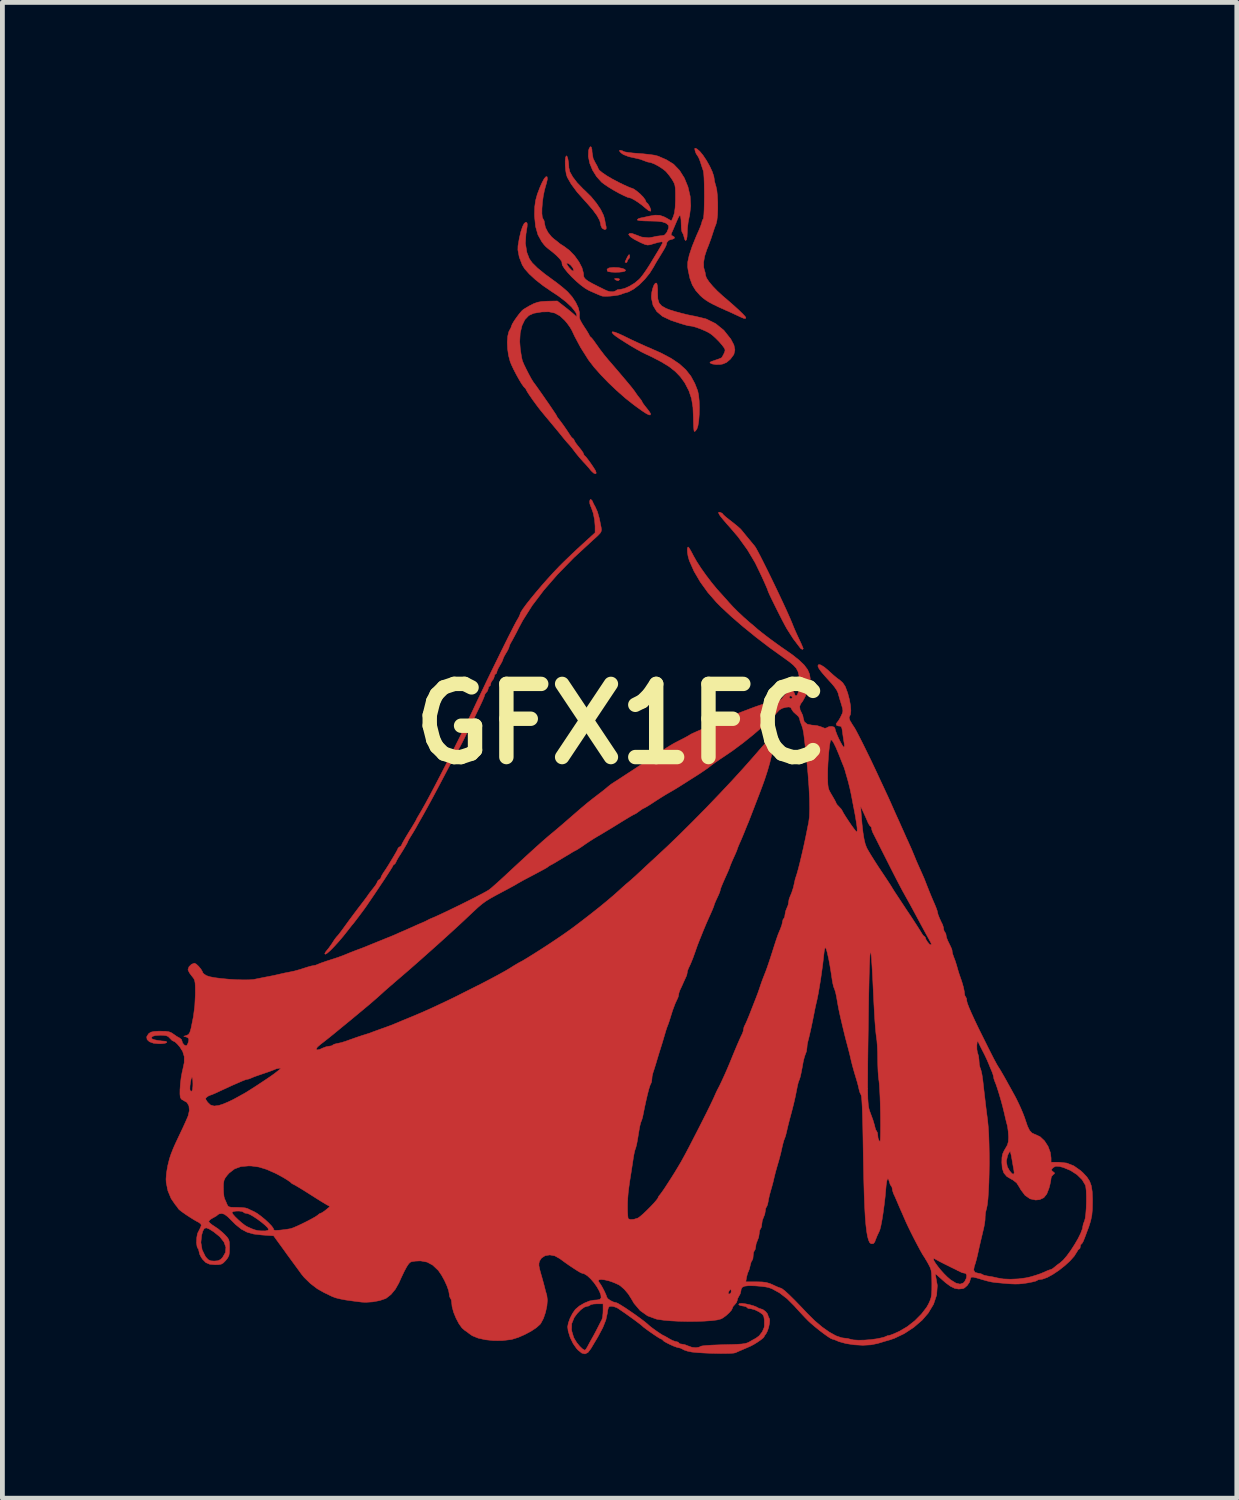
<source format=kicad_pcb>
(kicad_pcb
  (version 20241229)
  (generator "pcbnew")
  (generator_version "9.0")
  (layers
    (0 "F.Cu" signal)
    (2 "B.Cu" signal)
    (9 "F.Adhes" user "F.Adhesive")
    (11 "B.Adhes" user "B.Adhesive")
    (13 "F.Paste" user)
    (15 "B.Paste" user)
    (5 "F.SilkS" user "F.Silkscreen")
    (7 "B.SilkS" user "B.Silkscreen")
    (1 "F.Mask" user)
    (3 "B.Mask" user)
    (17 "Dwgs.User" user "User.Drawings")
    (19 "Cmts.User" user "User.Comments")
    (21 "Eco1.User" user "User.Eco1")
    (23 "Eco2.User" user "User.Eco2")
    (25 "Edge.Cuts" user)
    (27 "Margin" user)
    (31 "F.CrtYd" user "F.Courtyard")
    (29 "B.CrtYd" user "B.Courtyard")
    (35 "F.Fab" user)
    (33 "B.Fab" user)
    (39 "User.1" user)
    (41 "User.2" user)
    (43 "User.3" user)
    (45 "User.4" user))
  (footprint "GFX1FC"
    (layer "F.Cu")
    (at 9.892 12.029)
    (property "Reference" "GFX1FC" (at 0 0 0) (layer "F.SilkS") (effects (font (size 1.524 1.524) (thickness 0.3))))
    (attr through_hole)
    (fp_poly (pts (xy -0.047 -9.273) (xy -0.038 -9.255) (xy -0.067 -9.231) (xy -0.113 -9.246) (xy -0.127 -9.255) (xy -0.144 -9.272) (xy -0.117 -9.279) (xy -0.094 -9.28) (xy -0.047 -9.273)) (stroke (width 0.01) (type solid)) (fill yes) (layer "F.Cu"))
    (fp_poly (pts (xy 0.174 -9.752) (xy 0.17 -9.707) (xy 0.155 -9.692) (xy 0.13 -9.662) (xy 0.127 -9.647) (xy 0.113 -9.614) (xy 0.102 -9.611) (xy 0.077 -9.618) (xy 0.076 -9.62) (xy 0.087 -9.646) (xy 0.112 -9.699) (xy 0.12 -9.715) (xy 0.149 -9.767) (xy 0.165 -9.776) (xy 0.174 -9.752)) (stroke (width 0.01) (type solid)) (fill yes) (layer "F.Cu"))
    (fp_poly (pts (xy -0.057 -9.504) (xy 0.021 -9.489) (xy 0.072 -9.469) (xy 0.088 -9.446) (xy 0.075 -9.432) (xy 0.029 -9.418) (xy -0.045 -9.41) (xy -0.131 -9.408) (xy -0.212 -9.412) (xy -0.272 -9.422) (xy -0.292 -9.433) (xy -0.298 -9.473) (xy -0.256 -9.499) (xy -0.167 -9.509) (xy -0.153 -9.509) (xy -0.057 -9.504)) (stroke (width 0.01) (type solid)) (fill yes) (layer "F.Cu"))
    (fp_poly (pts (xy -1.13 -11.82) (xy -1.114 -11.77) (xy -1.101 -11.695) (xy -1.094 -11.609) (xy -1.094 -11.588) (xy -1.073 -11.5) (xy -1.013 -11.393) (xy -0.921 -11.273) (xy -0.8 -11.147) (xy -0.759 -11.109) (xy -0.632 -10.984) (xy -0.521 -10.849) (xy -0.431 -10.715) (xy -0.371 -10.593) (xy -0.348 -10.513) (xy -0.334 -10.432) (xy -0.319 -10.363) (xy -0.316 -10.355) (xy -0.317 -10.309) (xy -0.347 -10.296) (xy -0.393 -10.32) (xy -0.402 -10.328) (xy -0.426 -10.377) (xy -0.432 -10.416) (xy -0.452 -10.489) (xy -0.507 -10.589) (xy -0.596 -10.71) (xy -0.715 -10.847) (xy -0.755 -10.891) (xy -0.921 -11.077) (xy -1.046 -11.246) (xy -1.127 -11.388) (xy -1.147 -11.451) (xy -1.161 -11.538) (xy -1.169 -11.635) (xy -1.17 -11.726) (xy -1.163 -11.797) (xy -1.148 -11.833) (xy -1.147 -11.834) (xy -1.13 -11.82)) (stroke (width 0.01) (type solid)) (fill yes) (layer "F.Cu"))
    (fp_poly (pts (xy -0.142 -8.162) (xy -0.062 -8.132) (xy 0.048 -8.082) (xy 0.083 -8.064) (xy 0.22 -7.997) (xy 0.377 -7.925) (xy 0.528 -7.857) (xy 0.583 -7.834) (xy 0.835 -7.722) (xy 1.041 -7.612) (xy 1.208 -7.499) (xy 1.342 -7.378) (xy 1.448 -7.243) (xy 1.531 -7.09) (xy 1.59 -6.939) (xy 1.609 -6.848) (xy 1.621 -6.726) (xy 1.625 -6.588) (xy 1.622 -6.447) (xy 1.612 -6.316) (xy 1.595 -6.21) (xy 1.574 -6.146) (xy 1.543 -6.102) (xy 1.519 -6.092) (xy 1.518 -6.093) (xy 1.511 -6.124) (xy 1.505 -6.195) (xy 1.501 -6.294) (xy 1.5 -6.378) (xy 1.491 -6.594) (xy 1.462 -6.775) (xy 1.408 -6.937) (xy 1.327 -7.094) (xy 1.315 -7.114) (xy 1.228 -7.233) (xy 1.124 -7.341) (xy 0.995 -7.443) (xy 0.833 -7.542) (xy 0.633 -7.646) (xy 0.509 -7.704) (xy 0.422 -7.747) (xy 0.314 -7.807) (xy 0.194 -7.877) (xy 0.075 -7.951) (xy -0.033 -8.02) (xy -0.117 -8.078) (xy -0.161 -8.113) (xy -0.194 -8.152) (xy -0.187 -8.169) (xy -0.142 -8.162)) (stroke (width 0.01) (type solid)) (fill yes) (layer "F.Cu"))
    (fp_poly (pts (xy -0.627 -12.016) (xy -0.613 -11.967) (xy -0.61 -11.911) (xy -0.588 -11.779) (xy -0.547 -11.696) (xy -0.509 -11.63) (xy -0.486 -11.581) (xy -0.483 -11.569) (xy -0.461 -11.535) (xy -0.4 -11.484) (xy -0.308 -11.421) (xy -0.191 -11.352) (xy -0.056 -11.281) (xy -0.041 -11.273) (xy 0.057 -11.226) (xy 0.139 -11.189) (xy 0.194 -11.166) (xy 0.209 -11.162) (xy 0.255 -11.144) (xy 0.32 -11.099) (xy 0.391 -11.039) (xy 0.454 -10.975) (xy 0.496 -10.918) (xy 0.508 -10.888) (xy 0.522 -10.859) (xy 0.529 -10.857) (xy 0.552 -10.836) (xy 0.584 -10.784) (xy 0.592 -10.768) (xy 0.615 -10.704) (xy 0.606 -10.679) (xy 0.567 -10.693) (xy 0.502 -10.745) (xy 0.495 -10.751) (xy 0.427 -10.808) (xy 0.348 -10.866) (xy 0.269 -10.916) (xy 0.206 -10.95) (xy 0.177 -10.958) (xy 0.127 -10.971) (xy 0.047 -11.007) (xy -0.053 -11.057) (xy -0.16 -11.117) (xy -0.264 -11.18) (xy -0.353 -11.24) (xy -0.412 -11.285) (xy -0.517 -11.402) (xy -0.601 -11.537) (xy -0.659 -11.68) (xy -0.688 -11.82) (xy -0.683 -11.944) (xy -0.671 -11.986) (xy -0.647 -12.024) (xy -0.627 -12.016)) (stroke (width 0.01) (type solid)) (fill yes) (layer "F.Cu"))
    (fp_poly (pts (xy 0.739 -9.175) (xy 0.749 -9.131) (xy 0.755 -9.054) (xy 0.755 -8.97) (xy 0.76 -8.851) (xy 0.786 -8.767) (xy 0.841 -8.706) (xy 0.927 -8.657) (xy 1.003 -8.627) (xy 1.114 -8.592) (xy 1.243 -8.557) (xy 1.375 -8.524) (xy 1.493 -8.5) (xy 1.538 -8.492) (xy 1.766 -8.436) (xy 1.963 -8.339) (xy 2.134 -8.2) (xy 2.279 -8.017) (xy 2.344 -7.894) (xy 2.365 -7.79) (xy 2.343 -7.696) (xy 2.276 -7.605) (xy 2.268 -7.596) (xy 2.192 -7.531) (xy 2.116 -7.498) (xy 2.059 -7.488) (xy 1.974 -7.486) (xy 1.899 -7.497) (xy 1.881 -7.503) (xy 1.848 -7.52) (xy 1.846 -7.534) (xy 1.879 -7.551) (xy 1.952 -7.576) (xy 2.027 -7.602) (xy 2.078 -7.623) (xy 2.092 -7.631) (xy 2.107 -7.658) (xy 2.129 -7.697) (xy 2.154 -7.755) (xy 2.161 -7.79) (xy 2.143 -7.831) (xy 2.097 -7.893) (xy 2.033 -7.967) (xy 1.959 -8.041) (xy 1.888 -8.104) (xy 1.842 -8.137) (xy 1.76 -8.181) (xy 1.66 -8.224) (xy 1.56 -8.261) (xy 1.477 -8.284) (xy 1.44 -8.289) (xy 1.393 -8.295) (xy 1.314 -8.316) (xy 1.197 -8.352) (xy 1.039 -8.405) (xy 1.021 -8.412) (xy 0.858 -8.489) (xy 0.737 -8.591) (xy 0.66 -8.718) (xy 0.627 -8.866) (xy 0.626 -8.913) (xy 0.635 -8.998) (xy 0.655 -9.078) (xy 0.68 -9.143) (xy 0.708 -9.181) (xy 0.732 -9.183) (xy 0.739 -9.175)) (stroke (width 0.01) (type solid)) (fill yes) (layer "F.Cu"))
    (fp_poly (pts (xy 2.06 -4.406) (xy 2.101 -4.388) (xy 2.11 -4.375) (xy 2.129 -4.353) (xy 2.179 -4.308) (xy 2.252 -4.25) (xy 2.282 -4.227) (xy 2.366 -4.161) (xy 2.438 -4.101) (xy 2.485 -4.058) (xy 2.492 -4.05) (xy 2.527 -4.008) (xy 2.582 -3.94) (xy 2.644 -3.865) (xy 2.703 -3.794) (xy 2.748 -3.739) (xy 2.771 -3.713) (xy 2.771 -3.712) (xy 2.797 -3.675) (xy 2.84 -3.598) (xy 2.898 -3.488) (xy 2.967 -3.351) (xy 3.045 -3.195) (xy 3.128 -3.025) (xy 3.213 -2.849) (xy 3.297 -2.672) (xy 3.377 -2.502) (xy 3.449 -2.345) (xy 3.51 -2.208) (xy 3.557 -2.097) (xy 3.572 -2.059) (xy 3.605 -1.978) (xy 3.652 -1.873) (xy 3.701 -1.767) (xy 3.702 -1.765) (xy 3.743 -1.678) (xy 3.773 -1.609) (xy 3.788 -1.571) (xy 3.788 -1.568) (xy 3.773 -1.552) (xy 3.74 -1.568) (xy 3.725 -1.584) (xy 3.582 -1.772) (xy 3.447 -1.983) (xy 3.408 -2.054) (xy 3.357 -2.15) (xy 3.299 -2.263) (xy 3.238 -2.384) (xy 3.179 -2.503) (xy 3.126 -2.611) (xy 3.084 -2.699) (xy 3.058 -2.759) (xy 3.051 -2.78) (xy 3.041 -2.809) (xy 3.013 -2.874) (xy 2.974 -2.963) (xy 2.927 -3.066) (xy 2.877 -3.171) (xy 2.83 -3.269) (xy 2.791 -3.349) (xy 2.783 -3.364) (xy 2.625 -3.629) (xy 2.434 -3.893) (xy 2.274 -4.081) (xy 2.191 -4.174) (xy 2.119 -4.259) (xy 2.065 -4.325) (xy 2.041 -4.361) (xy 2.022 -4.402) (xy 2.036 -4.411) (xy 2.06 -4.406)) (stroke (width 0.01) (type solid)) (fill yes) (layer "F.Cu"))
    (fp_poly (pts (xy 1.574 -11.977) (xy 1.633 -11.927) (xy 1.702 -11.843) (xy 1.773 -11.736) (xy 1.839 -11.619) (xy 1.892 -11.506) (xy 1.925 -11.409) (xy 1.933 -11.359) (xy 1.942 -11.298) (xy 1.963 -11.22) (xy 1.97 -11.2) (xy 1.988 -11.12) (xy 2 -11.006) (xy 2.007 -10.872) (xy 2.008 -10.733) (xy 2.003 -10.601) (xy 1.991 -10.492) (xy 1.974 -10.42) (xy 1.974 -10.419) (xy 1.942 -10.337) (xy 1.912 -10.245) (xy 1.908 -10.234) (xy 1.869 -10.114) (xy 1.814 -9.965) (xy 1.779 -9.878) (xy 1.735 -9.744) (xy 1.713 -9.617) (xy 1.715 -9.512) (xy 1.724 -9.475) (xy 1.745 -9.403) (xy 1.754 -9.344) (xy 1.754 -9.342) (xy 1.773 -9.289) (xy 1.824 -9.212) (xy 1.901 -9.119) (xy 1.997 -9.019) (xy 2.105 -8.92) (xy 2.134 -8.895) (xy 2.251 -8.795) (xy 2.361 -8.698) (xy 2.457 -8.61) (xy 2.531 -8.538) (xy 2.579 -8.486) (xy 2.593 -8.463) (xy 2.585 -8.445) (xy 2.553 -8.447) (xy 2.49 -8.473) (xy 2.454 -8.49) (xy 2.373 -8.527) (xy 2.273 -8.574) (xy 2.199 -8.606) (xy 2.04 -8.678) (xy 1.919 -8.736) (xy 1.827 -8.785) (xy 1.756 -8.83) (xy 1.695 -8.876) (xy 1.644 -8.922) (xy 1.549 -9.028) (xy 1.478 -9.144) (xy 1.427 -9.283) (xy 1.39 -9.456) (xy 1.381 -9.519) (xy 1.383 -9.624) (xy 1.414 -9.766) (xy 1.474 -9.946) (xy 1.563 -10.166) (xy 1.618 -10.289) (xy 1.651 -10.369) (xy 1.673 -10.433) (xy 1.678 -10.459) (xy 1.693 -10.503) (xy 1.704 -10.513) (xy 1.712 -10.543) (xy 1.719 -10.614) (xy 1.724 -10.716) (xy 1.727 -10.841) (xy 1.729 -10.978) (xy 1.728 -11.118) (xy 1.726 -11.251) (xy 1.722 -11.369) (xy 1.716 -11.46) (xy 1.708 -11.516) (xy 1.706 -11.523) (xy 1.685 -11.584) (xy 1.658 -11.666) (xy 1.65 -11.693) (xy 1.623 -11.768) (xy 1.595 -11.824) (xy 1.585 -11.836) (xy 1.555 -11.884) (xy 1.536 -11.937) (xy 1.527 -11.984) (xy 1.541 -11.992) (xy 1.574 -11.977)) (stroke (width 0.01) (type solid)) (fill yes) (layer "F.Cu"))
    (fp_poly (pts (xy -1.969 -10.443) (xy -1.96 -10.415) (xy -1.963 -10.359) (xy -1.977 -10.266) (xy -1.987 -10.206) (xy -1.999 -10.012) (xy -1.968 -9.821) (xy -1.917 -9.69) (xy -1.855 -9.603) (xy -1.747 -9.496) (xy -1.595 -9.372) (xy -1.453 -9.268) (xy -1.345 -9.189) (xy -1.236 -9.103) (xy -1.146 -9.026) (xy -1.118 -9) (xy -1.025 -8.895) (xy -0.949 -8.779) (xy -0.896 -8.666) (xy -0.872 -8.566) (xy -0.873 -8.518) (xy -0.875 -8.47) (xy -0.859 -8.415) (xy -0.819 -8.342) (xy -0.775 -8.273) (xy -0.722 -8.192) (xy -0.682 -8.125) (xy -0.662 -8.086) (xy -0.661 -8.082) (xy -0.645 -8.06) (xy -0.642 -8.06) (xy -0.62 -8.04) (xy -0.578 -7.988) (xy -0.526 -7.914) (xy -0.516 -7.901) (xy -0.447 -7.803) (xy -0.36 -7.69) (xy -0.272 -7.583) (xy -0.255 -7.564) (xy -0.094 -7.377) (xy 0.035 -7.225) (xy 0.136 -7.105) (xy 0.212 -7.013) (xy 0.264 -6.946) (xy 0.294 -6.903) (xy 0.341 -6.835) (xy 0.387 -6.778) (xy 0.388 -6.777) (xy 0.421 -6.734) (xy 0.432 -6.71) (xy 0.447 -6.682) (xy 0.486 -6.629) (xy 0.521 -6.585) (xy 0.571 -6.522) (xy 0.603 -6.473) (xy 0.61 -6.456) (xy 0.601 -6.436) (xy 0.572 -6.439) (xy 0.518 -6.466) (xy 0.435 -6.52) (xy 0.32 -6.602) (xy 0.254 -6.651) (xy 0.083 -6.786) (xy -0.094 -6.942) (xy -0.268 -7.107) (xy -0.429 -7.274) (xy -0.569 -7.432) (xy -0.677 -7.572) (xy -0.69 -7.591) (xy -0.85 -7.844) (xy -0.974 -8.076) (xy -1.027 -8.19) (xy -1.067 -8.26) (xy -1.127 -8.344) (xy -1.179 -8.406) (xy -1.279 -8.499) (xy -1.385 -8.558) (xy -1.508 -8.585) (xy -1.657 -8.582) (xy -1.825 -8.554) (xy -1.927 -8.508) (xy -2.01 -8.421) (xy -2.07 -8.297) (xy -2.107 -8.143) (xy -2.117 -7.966) (xy -2.106 -7.818) (xy -2.091 -7.716) (xy -2.076 -7.628) (xy -2.063 -7.57) (xy -2.061 -7.564) (xy -2.03 -7.49) (xy -1.984 -7.395) (xy -1.932 -7.293) (xy -1.882 -7.2) (xy -1.841 -7.133) (xy -1.832 -7.119) (xy -1.788 -7.06) (xy -1.729 -6.977) (xy -1.659 -6.878) (xy -1.585 -6.771) (xy -1.512 -6.666) (xy -1.446 -6.569) (xy -1.393 -6.49) (xy -1.358 -6.437) (xy -1.348 -6.418) (xy -1.334 -6.389) (xy -1.322 -6.374) (xy -1.265 -6.3) (xy -1.197 -6.207) (xy -1.133 -6.114) (xy -1.084 -6.039) (xy -1.08 -6.032) (xy -1.044 -5.979) (xy -1.017 -5.951) (xy -1.013 -5.95) (xy -0.991 -5.929) (xy -0.981 -5.905) (xy -0.957 -5.861) (xy -0.91 -5.798) (xy -0.878 -5.759) (xy -0.828 -5.696) (xy -0.795 -5.646) (xy -0.789 -5.627) (xy -0.773 -5.593) (xy -0.767 -5.589) (xy -0.741 -5.565) (xy -0.698 -5.51) (xy -0.645 -5.438) (xy -0.593 -5.362) (xy -0.55 -5.295) (xy -0.536 -5.269) (xy -0.523 -5.225) (xy -0.54 -5.21) (xy -0.577 -5.225) (xy -0.624 -5.268) (xy -0.636 -5.282) (xy -0.684 -5.34) (xy -0.75 -5.415) (xy -0.798 -5.466) (xy -0.872 -5.549) (xy -0.944 -5.637) (xy -0.979 -5.683) (xy -1.032 -5.752) (xy -1.08 -5.81) (xy -1.095 -5.826) (xy -1.133 -5.868) (xy -1.189 -5.934) (xy -1.236 -5.992) (xy -1.3 -6.071) (xy -1.382 -6.17) (xy -1.466 -6.271) (xy -1.484 -6.293) (xy -1.573 -6.399) (xy -1.638 -6.478) (xy -1.688 -6.539) (xy -1.73 -6.593) (xy -1.774 -6.652) (xy -1.828 -6.726) (xy -1.85 -6.756) (xy -1.909 -6.841) (xy -1.955 -6.911) (xy -1.98 -6.955) (xy -1.983 -6.964) (xy -2.002 -6.995) (xy -2.006 -6.996) (xy -2.034 -7.025) (xy -2.079 -7.088) (xy -2.132 -7.177) (xy -2.189 -7.279) (xy -2.244 -7.385) (xy -2.29 -7.483) (xy -2.317 -7.551) (xy -2.35 -7.676) (xy -2.37 -7.815) (xy -2.376 -7.953) (xy -2.367 -8.076) (xy -2.344 -8.17) (xy -2.33 -8.198) (xy -2.3 -8.253) (xy -2.288 -8.29) (xy -2.273 -8.328) (xy -2.235 -8.392) (xy -2.183 -8.467) (xy -2.127 -8.542) (xy -2.076 -8.602) (xy -2.041 -8.634) (xy -1.919 -8.707) (xy -1.825 -8.755) (xy -1.743 -8.784) (xy -1.66 -8.799) (xy -1.56 -8.805) (xy -1.54 -8.806) (xy -1.335 -8.81) (xy -1.157 -8.671) (xy -1.075 -8.605) (xy -1.009 -8.55) (xy -0.968 -8.514) (xy -0.961 -8.506) (xy -0.937 -8.485) (xy -0.928 -8.499) (xy -0.934 -8.536) (xy -0.954 -8.579) (xy -1.037 -8.684) (xy -1.151 -8.791) (xy -1.302 -8.907) (xy -1.454 -9.008) (xy -1.629 -9.128) (xy -1.785 -9.25) (xy -1.915 -9.369) (xy -2.012 -9.478) (xy -2.064 -9.56) (xy -2.127 -9.725) (xy -2.155 -9.872) (xy -2.153 -9.957) (xy -2.125 -10.119) (xy -2.093 -10.255) (xy -2.058 -10.36) (xy -2.023 -10.427) (xy -1.99 -10.45) (xy -1.969 -10.443)) (stroke (width 0.01) (type solid)) (fill yes) (layer "F.Cu"))
    (fp_poly (pts (xy -0.613 -4.658) (xy -0.601 -4.634) (xy -0.577 -4.581) (xy -0.541 -4.516) (xy -0.54 -4.513) (xy -0.497 -4.417) (xy -0.458 -4.278) (xy -0.423 -4.103) (xy -0.42 -4.089) (xy -0.415 -4.046) (xy -0.421 -4.01) (xy -0.443 -3.973) (xy -0.489 -3.924) (xy -0.564 -3.855) (xy -0.601 -3.822) (xy -0.988 -3.465) (xy -1.325 -3.12) (xy -1.615 -2.787) (xy -1.858 -2.466) (xy -2.054 -2.156) (xy -2.133 -2.009) (xy -2.186 -1.904) (xy -2.237 -1.808) (xy -2.276 -1.736) (xy -2.288 -1.716) (xy -2.321 -1.656) (xy -2.337 -1.611) (xy -2.337 -1.608) (xy -2.351 -1.568) (xy -2.384 -1.505) (xy -2.403 -1.475) (xy -2.441 -1.409) (xy -2.463 -1.36) (xy -2.466 -1.348) (xy -2.479 -1.312) (xy -2.511 -1.251) (xy -2.53 -1.22) (xy -2.568 -1.152) (xy -2.591 -1.096) (xy -2.593 -1.081) (xy -2.607 -1.047) (xy -2.619 -1.042) (xy -2.64 -1.021) (xy -2.644 -0.995) (xy -2.663 -0.939) (xy -2.682 -0.915) (xy -2.715 -0.865) (xy -2.721 -0.836) (xy -2.732 -0.796) (xy -2.746 -0.788) (xy -2.767 -0.767) (xy -2.771 -0.74) (xy -2.79 -0.684) (xy -2.81 -0.661) (xy -2.841 -0.621) (xy -2.847 -0.601) (xy -2.858 -0.567) (xy -2.886 -0.499) (xy -2.928 -0.408) (xy -2.959 -0.343) (xy -3.018 -0.221) (xy -3.089 -0.075) (xy -3.162 0.074) (xy -3.206 0.165) (xy -3.264 0.284) (xy -3.319 0.394) (xy -3.366 0.483) (xy -3.395 0.534) (xy -3.428 0.591) (xy -3.478 0.681) (xy -3.538 0.792) (xy -3.601 0.911) (xy -3.603 0.915) (xy -3.768 1.229) (xy -3.912 1.5) (xy -4.038 1.732) (xy -4.147 1.928) (xy -4.157 1.945) (xy -4.207 2.033) (xy -4.254 2.116) (xy -4.274 2.153) (xy -4.317 2.227) (xy -4.369 2.312) (xy -4.385 2.337) (xy -4.423 2.4) (xy -4.446 2.444) (xy -4.449 2.454) (xy -4.462 2.482) (xy -4.495 2.54) (xy -4.541 2.618) (xy -4.594 2.703) (xy -4.647 2.785) (xy -4.647 2.786) (xy -4.681 2.846) (xy -4.695 2.879) (xy -4.718 2.917) (xy -4.732 2.924) (xy -4.754 2.943) (xy -4.755 2.947) (xy -4.768 2.974) (xy -4.807 3.038) (xy -4.868 3.133) (xy -4.947 3.254) (xy -5.041 3.394) (xy -5.145 3.55) (xy -5.257 3.714) (xy -5.314 3.798) (xy -5.349 3.847) (xy -5.401 3.918) (xy -5.46 3.996) (xy -5.517 4.072) (xy -5.564 4.133) (xy -5.591 4.167) (xy -5.594 4.17) (xy -5.616 4.196) (xy -5.658 4.249) (xy -5.695 4.297) (xy -5.794 4.422) (xy -5.891 4.536) (xy -5.982 4.636) (xy -6.06 4.716) (xy -6.123 4.771) (xy -6.164 4.796) (xy -6.178 4.786) (xy -6.163 4.753) (xy -6.131 4.713) (xy -6.089 4.661) (xy -6.037 4.587) (xy -6.012 4.549) (xy -5.969 4.483) (xy -5.933 4.436) (xy -5.921 4.423) (xy -5.898 4.398) (xy -5.853 4.34) (xy -5.794 4.261) (xy -5.753 4.204) (xy -5.666 4.084) (xy -5.566 3.95) (xy -5.473 3.826) (xy -5.454 3.802) (xy -5.385 3.712) (xy -5.327 3.635) (xy -5.287 3.58) (xy -5.276 3.563) (xy -5.245 3.52) (xy -5.196 3.457) (xy -5.168 3.422) (xy -5.12 3.359) (xy -5.09 3.308) (xy -5.085 3.291) (xy -5.065 3.256) (xy -5.047 3.245) (xy -5.013 3.217) (xy -5.009 3.202) (xy -4.995 3.164) (xy -4.961 3.107) (xy -4.952 3.093) (xy -4.909 3.03) (xy -4.855 2.945) (xy -4.798 2.851) (xy -4.742 2.758) (xy -4.695 2.677) (xy -4.663 2.618) (xy -4.653 2.592) (xy -4.633 2.568) (xy -4.615 2.559) (xy -4.581 2.533) (xy -4.577 2.519) (xy -4.564 2.489) (xy -4.529 2.426) (xy -4.478 2.339) (xy -4.424 2.25) (xy -4.363 2.152) (xy -4.314 2.07) (xy -4.282 2.015) (xy -4.271 1.994) (xy -4.259 1.967) (xy -4.228 1.914) (xy -4.212 1.887) (xy -4.16 1.799) (xy -4.088 1.671) (xy -4.001 1.51) (xy -3.901 1.322) (xy -3.793 1.114) (xy -3.678 0.892) (xy -3.561 0.662) (xy -3.444 0.43) (xy -3.331 0.204) (xy -3.225 -0.012) (xy -3.13 -0.209) (xy -3.102 -0.267) (xy -3.007 -0.47) (xy -2.927 -0.637) (xy -2.859 -0.779) (xy -2.798 -0.908) (xy -2.737 -1.034) (xy -2.672 -1.167) (xy -2.598 -1.318) (xy -2.51 -1.498) (xy -2.503 -1.513) (xy -2.423 -1.674) (xy -2.348 -1.825) (xy -2.28 -1.958) (xy -2.225 -2.066) (xy -2.185 -2.14) (xy -2.169 -2.167) (xy -2.133 -2.231) (xy -2.112 -2.278) (xy -2.11 -2.288) (xy -2.094 -2.329) (xy -2.047 -2.401) (xy -1.976 -2.498) (xy -1.884 -2.614) (xy -1.777 -2.744) (xy -1.66 -2.882) (xy -1.537 -3.021) (xy -1.413 -3.157) (xy -1.294 -3.282) (xy -1.233 -3.343) (xy -1.141 -3.433) (xy -1.027 -3.542) (xy -0.905 -3.657) (xy -0.8 -3.753) (xy -0.547 -3.984) (xy -0.547 -4.122) (xy -0.558 -4.255) (xy -0.587 -4.395) (xy -0.629 -4.514) (xy -0.638 -4.532) (xy -0.657 -4.588) (xy -0.66 -4.643) (xy -0.647 -4.676) (xy -0.639 -4.678) (xy -0.613 -4.658)) (stroke (width 0.01) (type solid)) (fill yes) (layer "F.Cu"))
    (fp_poly (pts (xy 0.027 -11.936) (xy 0.039 -11.927) (xy 0.074 -11.915) (xy 0.147 -11.903) (xy 0.243 -11.892) (xy 0.28 -11.889) (xy 0.46 -11.875) (xy 0.596 -11.86) (xy 0.694 -11.846) (xy 0.758 -11.829) (xy 0.775 -11.823) (xy 0.829 -11.799) (xy 0.906 -11.766) (xy 0.943 -11.749) (xy 1.087 -11.66) (xy 1.211 -11.531) (xy 1.312 -11.371) (xy 1.387 -11.188) (xy 1.433 -10.991) (xy 1.445 -10.789) (xy 1.421 -10.59) (xy 1.411 -10.552) (xy 1.391 -10.447) (xy 1.377 -10.324) (xy 1.373 -10.24) (xy 1.368 -10.145) (xy 1.356 -10.086) (xy 1.339 -10.067) (xy 1.32 -10.092) (xy 1.305 -10.145) (xy 1.288 -10.204) (xy 1.268 -10.236) (xy 1.257 -10.266) (xy 1.249 -10.333) (xy 1.246 -10.412) (xy 1.243 -10.497) (xy 1.235 -10.561) (xy 1.226 -10.586) (xy 1.214 -10.587) (xy 1.2 -10.572) (xy 1.179 -10.531) (xy 1.147 -10.459) (xy 1.1 -10.348) (xy 1.07 -10.278) (xy 1.044 -10.222) (xy 1.042 -10.217) (xy 1.037 -10.181) (xy 1.072 -10.162) (xy 1.106 -10.139) (xy 1.099 -10.112) (xy 1.059 -10.095) (xy 1.046 -10.094) (xy 0.986 -10.074) (xy 0.946 -10.026) (xy 0.941 -9.999) (xy 0.933 -9.97) (xy 0.908 -9.918) (xy 0.862 -9.839) (xy 0.793 -9.726) (xy 0.744 -9.647) (xy 0.71 -9.589) (xy 0.673 -9.522) (xy 0.591 -9.391) (xy 0.489 -9.264) (xy 0.375 -9.15) (xy 0.259 -9.06) (xy 0.152 -9.001) (xy 0.105 -8.986) (xy 0.037 -8.967) (xy -0.005 -8.949) (xy -0.056 -8.934) (xy -0.138 -8.921) (xy -0.234 -8.911) (xy -0.324 -8.907) (xy -0.39 -8.91) (xy -0.407 -8.914) (xy -0.471 -8.939) (xy -0.556 -8.976) (xy -0.674 -9.028) (xy -0.755 -9.075) (xy -0.847 -9.143) (xy -0.944 -9.226) (xy -1.038 -9.316) (xy -1.121 -9.406) (xy -1.187 -9.488) (xy -1.229 -9.556) (xy -1.234 -9.58) (xy -1.139 -9.58) (xy -1.107 -9.529) (xy -1.087 -9.503) (xy -1.037 -9.451) (xy -1.003 -9.432) (xy -0.992 -9.447) (xy -1.009 -9.497) (xy -1.051 -9.552) (xy -1.094 -9.586) (xy -1.135 -9.6) (xy -1.139 -9.58) (xy -1.234 -9.58) (xy -1.238 -9.601) (xy -1.236 -9.606) (xy -1.244 -9.637) (xy -1.285 -9.69) (xy -1.35 -9.757) (xy -1.431 -9.827) (xy -1.447 -9.84) (xy -1.522 -9.898) (xy -1.57 -9.939) (xy -1.606 -9.977) (xy -1.643 -10.025) (xy -1.657 -10.043) (xy -1.737 -10.187) (xy -1.787 -10.362) (xy -1.808 -10.572) (xy -1.809 -10.629) (xy -1.804 -10.775) (xy -1.786 -10.905) (xy -1.751 -11.033) (xy -1.695 -11.179) (xy -1.655 -11.269) (xy -1.607 -11.359) (xy -1.569 -11.4) (xy -1.546 -11.396) (xy -1.541 -11.347) (xy -1.561 -11.258) (xy -1.572 -11.225) (xy -1.602 -11.116) (xy -1.627 -10.992) (xy -1.644 -10.863) (xy -1.654 -10.74) (xy -1.655 -10.633) (xy -1.647 -10.555) (xy -1.628 -10.514) (xy -1.627 -10.513) (xy -1.608 -10.478) (xy -1.602 -10.435) (xy -1.582 -10.341) (xy -1.529 -10.239) (xy -1.454 -10.145) (xy -1.405 -10.102) (xy -1.346 -10.057) (xy -1.305 -10.024) (xy -1.297 -10.016) (xy -1.269 -9.995) (xy -1.214 -9.96) (xy -1.192 -9.946) (xy -1.078 -9.86) (xy -0.973 -9.75) (xy -0.884 -9.626) (xy -0.82 -9.502) (xy -0.79 -9.39) (xy -0.788 -9.363) (xy -0.785 -9.326) (xy -0.772 -9.293) (xy -0.742 -9.26) (xy -0.692 -9.223) (xy -0.613 -9.178) (xy -0.502 -9.121) (xy -0.352 -9.047) (xy -0.299 -9.022) (xy -0.235 -9.004) (xy -0.168 -9.003) (xy -0.121 -9.019) (xy -0.114 -9.026) (xy -0.08 -9.045) (xy -0.026 -9.051) (xy 0.061 -9.069) (xy 0.167 -9.116) (xy 0.275 -9.182) (xy 0.369 -9.26) (xy 0.398 -9.291) (xy 0.456 -9.365) (xy 0.525 -9.464) (xy 0.59 -9.565) (xy 0.595 -9.573) (xy 0.693 -9.735) (xy 0.767 -9.857) (xy 0.818 -9.945) (xy 0.849 -10) (xy 0.863 -10.028) (xy 0.864 -10.032) (xy 0.842 -10.043) (xy 0.777 -10.033) (xy 0.674 -10.004) (xy 0.668 -10.002) (xy 0.598 -9.981) (xy 0.547 -9.975) (xy 0.495 -9.986) (xy 0.424 -10.016) (xy 0.392 -10.031) (xy 0.267 -10.095) (xy 0.187 -10.149) (xy 0.153 -10.193) (xy 0.153 -10.2) (xy 0.173 -10.218) (xy 0.221 -10.217) (xy 0.274 -10.198) (xy 0.425 -10.141) (xy 0.572 -10.127) (xy 0.651 -10.14) (xy 0.738 -10.159) (xy 0.819 -10.169) (xy 0.838 -10.17) (xy 0.897 -10.182) (xy 0.939 -10.228) (xy 0.952 -10.25) (xy 0.984 -10.329) (xy 0.984 -10.38) (xy 0.948 -10.418) (xy 0.917 -10.436) (xy 0.85 -10.458) (xy 0.748 -10.471) (xy 0.603 -10.475) (xy 0.586 -10.475) (xy 0.471 -10.478) (xy 0.385 -10.484) (xy 0.337 -10.494) (xy 0.331 -10.5) (xy 0.352 -10.523) (xy 0.4 -10.539) (xy 0.471 -10.553) (xy 0.558 -10.573) (xy 0.579 -10.577) (xy 0.701 -10.598) (xy 0.798 -10.595) (xy 0.888 -10.564) (xy 0.935 -10.54) (xy 1.043 -10.478) (xy 1.084 -10.572) (xy 1.106 -10.647) (xy 1.12 -10.754) (xy 1.127 -10.901) (xy 1.127 -10.946) (xy 1.127 -11.07) (xy 1.124 -11.157) (xy 1.115 -11.219) (xy 1.098 -11.268) (xy 1.07 -11.319) (xy 1.057 -11.34) (xy 1.001 -11.42) (xy 0.941 -11.493) (xy 0.917 -11.518) (xy 0.849 -11.57) (xy 0.766 -11.623) (xy 0.682 -11.667) (xy 0.614 -11.692) (xy 0.593 -11.696) (xy 0.544 -11.706) (xy 0.478 -11.73) (xy 0.474 -11.732) (xy 0.393 -11.762) (xy 0.318 -11.78) (xy 0.155 -11.816) (xy 0.042 -11.86) (xy -0.009 -11.897) (xy -0.041 -11.935) (xy -0.035 -11.949) (xy -0.023 -11.95) (xy 0.027 -11.936)) (stroke (width 0.01) (type solid)) (fill yes) (layer "F.Cu"))
    (fp_poly (pts (xy 1.412 -3.664) (xy 1.446 -3.607) (xy 1.489 -3.527) (xy 1.5 -3.505) (xy 1.566 -3.388) (xy 1.657 -3.247) (xy 1.765 -3.095) (xy 1.88 -2.944) (xy 1.992 -2.808) (xy 2.048 -2.746) (xy 2.124 -2.662) (xy 2.202 -2.575) (xy 2.24 -2.531) (xy 2.323 -2.441) (xy 2.43 -2.334) (xy 2.546 -2.225) (xy 2.658 -2.126) (xy 2.695 -2.095) (xy 2.752 -2.048) (xy 2.79 -2.015) (xy 2.797 -2.009) (xy 2.839 -1.971) (xy 2.913 -1.912) (xy 3.008 -1.838) (xy 3.114 -1.758) (xy 3.221 -1.68) (xy 3.318 -1.61) (xy 3.369 -1.575) (xy 3.556 -1.445) (xy 3.701 -1.33) (xy 3.807 -1.228) (xy 3.879 -1.132) (xy 3.92 -1.037) (xy 3.935 -0.94) (xy 3.93 -0.858) (xy 3.909 -0.774) (xy 3.872 -0.67) (xy 3.825 -0.564) (xy 3.776 -0.474) (xy 3.736 -0.421) (xy 3.714 -0.367) (xy 3.722 -0.296) (xy 3.749 -0.24) (xy 3.779 -0.175) (xy 3.788 -0.125) (xy 3.81 -0.046) (xy 3.874 0.005) (xy 3.973 0.025) (xy 3.989 0.025) (xy 4.079 0.035) (xy 4.162 0.06) (xy 4.174 0.066) (xy 4.238 0.09) (xy 4.277 0.081) (xy 4.279 0.078) (xy 4.326 0.055) (xy 4.384 0.051) (xy 4.431 0.065) (xy 4.449 0.093) (xy 4.46 0.139) (xy 4.486 0.21) (xy 4.522 0.293) (xy 4.562 0.374) (xy 4.599 0.44) (xy 4.626 0.479) (xy 4.634 0.483) (xy 4.647 0.461) (xy 4.642 0.405) (xy 4.641 0.4) (xy 4.628 0.326) (xy 4.614 0.23) (xy 4.607 0.178) (xy 4.595 0.098) (xy 4.58 0.057) (xy 4.555 0.044) (xy 4.532 0.044) (xy 4.487 0.033) (xy 4.473 -0.001) (xy 4.497 -0.036) (xy 4.498 -0.037) (xy 4.522 -0.067) (xy 4.557 -0.126) (xy 4.574 -0.161) (xy 4.603 -0.222) (xy 4.614 -0.268) (xy 4.609 -0.318) (xy 4.588 -0.391) (xy 4.579 -0.421) (xy 4.55 -0.515) (xy 4.525 -0.601) (xy 4.514 -0.645) (xy 4.489 -0.699) (xy 4.438 -0.774) (xy 4.372 -0.853) (xy 4.364 -0.861) (xy 4.248 -0.989) (xy 4.166 -1.085) (xy 4.116 -1.154) (xy 4.095 -1.201) (xy 4.093 -1.211) (xy 4.11 -1.238) (xy 4.154 -1.229) (xy 4.224 -1.186) (xy 4.313 -1.112) (xy 4.34 -1.086) (xy 4.419 -1.015) (xy 4.495 -0.952) (xy 4.55 -0.912) (xy 4.611 -0.858) (xy 4.661 -0.783) (xy 4.667 -0.77) (xy 4.715 -0.641) (xy 4.75 -0.508) (xy 4.773 -0.382) (xy 4.78 -0.274) (xy 4.771 -0.195) (xy 4.754 -0.162) (xy 4.743 -0.128) (xy 4.762 -0.07) (xy 4.813 0.015) (xy 4.846 0.064) (xy 4.874 0.11) (xy 4.919 0.195) (xy 4.978 0.309) (xy 5.047 0.446) (xy 5.121 0.597) (xy 5.198 0.755) (xy 5.272 0.911) (xy 5.341 1.058) (xy 5.357 1.093) (xy 5.402 1.19) (xy 5.457 1.307) (xy 5.505 1.411) (xy 5.552 1.511) (xy 5.595 1.606) (xy 5.626 1.676) (xy 5.627 1.678) (xy 5.657 1.746) (xy 5.699 1.841) (xy 5.744 1.941) (xy 5.746 1.945) (xy 5.792 2.046) (xy 5.834 2.141) (xy 5.865 2.21) (xy 5.866 2.212) (xy 5.899 2.286) (xy 5.941 2.381) (xy 5.969 2.441) (xy 6.042 2.604) (xy 6.1 2.743) (xy 6.122 2.797) (xy 6.145 2.853) (xy 6.182 2.937) (xy 6.216 3.013) (xy 6.255 3.1) (xy 6.288 3.175) (xy 6.306 3.216) (xy 6.325 3.264) (xy 6.356 3.344) (xy 6.393 3.437) (xy 6.396 3.445) (xy 6.441 3.557) (xy 6.489 3.671) (xy 6.526 3.755) (xy 6.558 3.834) (xy 6.58 3.897) (xy 6.585 3.923) (xy 6.597 3.972) (xy 6.628 4.05) (xy 6.671 4.143) (xy 6.689 4.176) (xy 6.709 4.24) (xy 6.712 4.27) (xy 6.724 4.318) (xy 6.738 4.335) (xy 6.759 4.371) (xy 6.763 4.398) (xy 6.774 4.452) (xy 6.801 4.521) (xy 6.806 4.53) (xy 6.849 4.618) (xy 6.875 4.674) (xy 6.887 4.708) (xy 6.89 4.734) (xy 6.89 4.741) (xy 6.9 4.789) (xy 6.923 4.855) (xy 6.926 4.862) (xy 6.956 4.941) (xy 6.985 5.035) (xy 6.992 5.06) (xy 7.015 5.141) (xy 7.036 5.208) (xy 7.042 5.225) (xy 7.09 5.363) (xy 7.125 5.483) (xy 7.143 5.573) (xy 7.145 5.598) (xy 7.153 5.655) (xy 7.17 5.683) (xy 7.188 5.717) (xy 7.195 5.773) (xy 7.207 5.819) (xy 7.24 5.905) (xy 7.292 6.025) (xy 7.361 6.175) (xy 7.444 6.349) (xy 7.489 6.439) (xy 7.582 6.626) (xy 7.655 6.773) (xy 7.713 6.887) (xy 7.757 6.974) (xy 7.793 7.04) (xy 7.821 7.092) (xy 7.847 7.136) (xy 7.874 7.178) (xy 7.885 7.195) (xy 7.918 7.251) (xy 7.965 7.332) (xy 8.01 7.412) (xy 8.065 7.512) (xy 8.122 7.614) (xy 8.157 7.678) (xy 8.195 7.747) (xy 8.223 7.8) (xy 8.25 7.855) (xy 8.284 7.926) (xy 8.322 8.009) (xy 8.363 8.106) (xy 8.4 8.202) (xy 8.416 8.251) (xy 8.46 8.38) (xy 8.503 8.467) (xy 8.553 8.52) (xy 8.615 8.549) (xy 8.622 8.55) (xy 8.723 8.598) (xy 8.814 8.684) (xy 8.887 8.797) (xy 8.935 8.925) (xy 8.95 9.039) (xy 8.95 9.128) (xy 9.116 9.128) (xy 9.277 9.146) (xy 9.424 9.204) (xy 9.567 9.305) (xy 9.618 9.352) (xy 9.697 9.437) (xy 9.753 9.523) (xy 9.788 9.619) (xy 9.807 9.74) (xy 9.814 9.896) (xy 9.814 9.943) (xy 9.811 10.105) (xy 9.799 10.236) (xy 9.774 10.353) (xy 9.735 10.477) (xy 9.711 10.539) (xy 9.691 10.593) (xy 9.662 10.671) (xy 9.647 10.71) (xy 9.619 10.779) (xy 9.593 10.823) (xy 9.582 10.831) (xy 9.564 10.853) (xy 9.56 10.882) (xy 9.551 10.923) (xy 9.539 10.933) (xy 9.514 10.953) (xy 9.488 10.996) (xy 9.432 11.085) (xy 9.345 11.183) (xy 9.235 11.284) (xy 9.113 11.38) (xy 8.989 11.463) (xy 8.873 11.527) (xy 8.774 11.563) (xy 8.731 11.569) (xy 8.68 11.577) (xy 8.659 11.591) (xy 8.629 11.605) (xy 8.562 11.622) (xy 8.47 11.64) (xy 8.439 11.645) (xy 8.355 11.657) (xy 8.276 11.664) (xy 8.194 11.665) (xy 8.096 11.661) (xy 7.972 11.651) (xy 7.81 11.636) (xy 7.768 11.631) (xy 7.706 11.622) (xy 7.624 11.603) (xy 7.514 11.572) (xy 7.41 11.541) (xy 7.329 11.521) (xy 7.286 11.523) (xy 7.272 11.548) (xy 7.272 11.554) (xy 7.252 11.625) (xy 7.204 11.696) (xy 7.144 11.748) (xy 7.113 11.761) (xy 7.027 11.77) (xy 6.944 11.756) (xy 6.856 11.713) (xy 6.755 11.639) (xy 6.638 11.536) (xy 6.577 11.48) (xy 6.546 11.458) (xy 6.538 11.466) (xy 6.545 11.493) (xy 6.581 11.695) (xy 6.567 11.893) (xy 6.502 12.087) (xy 6.389 12.274) (xy 6.264 12.418) (xy 6.087 12.57) (xy 5.89 12.699) (xy 5.689 12.795) (xy 5.594 12.828) (xy 5.488 12.858) (xy 5.38 12.891) (xy 5.336 12.904) (xy 5.196 12.932) (xy 5.029 12.941) (xy 4.85 12.931) (xy 4.679 12.905) (xy 4.53 12.864) (xy 4.469 12.837) (xy 4.418 12.818) (xy 4.398 12.814) (xy 4.362 12.799) (xy 4.298 12.758) (xy 4.214 12.698) (xy 4.121 12.627) (xy 4.027 12.551) (xy 3.943 12.479) (xy 3.89 12.43) (xy 3.821 12.359) (xy 3.734 12.266) (xy 3.642 12.166) (xy 3.604 12.123) (xy 3.453 11.972) (xy 3.295 11.85) (xy 3.139 11.764) (xy 3.064 11.737) (xy 3.002 11.725) (xy 2.908 11.713) (xy 2.799 11.704) (xy 2.776 11.703) (xy 2.649 11.7) (xy 2.565 11.71) (xy 2.516 11.734) (xy 2.494 11.777) (xy 2.491 11.807) (xy 2.475 11.871) (xy 2.453 11.91) (xy 2.423 11.966) (xy 2.415 12.002) (xy 2.398 12.05) (xy 2.365 12.09) (xy 2.326 12.134) (xy 2.314 12.165) (xy 2.295 12.207) (xy 2.246 12.263) (xy 2.181 12.323) (xy 2.113 12.372) (xy 2.073 12.393) (xy 1.996 12.413) (xy 1.879 12.428) (xy 1.73 12.438) (xy 1.561 12.444) (xy 1.381 12.445) (xy 1.2 12.441) (xy 1.028 12.432) (xy 0.874 12.418) (xy 0.75 12.4) (xy 0.725 12.394) (xy 0.546 12.328) (xy 0.391 12.218) (xy 0.264 12.068) (xy 0.214 11.983) (xy 0.146 11.874) (xy 0.136 11.862) (xy 2.223 11.862) (xy 2.244 11.874) (xy 2.249 11.874) (xy 2.281 11.852) (xy 2.288 11.823) (xy 2.283 11.781) (xy 2.276 11.772) (xy 2.257 11.791) (xy 2.237 11.823) (xy 2.223 11.862) (xy 0.136 11.862) (xy 0.062 11.775) (xy -0.023 11.701) (xy -0.054 11.681) (xy -0.158 11.634) (xy -0.2 11.619) (xy 2.591 11.619) (xy 2.808 11.619) (xy 2.93 11.622) (xy 3.019 11.633) (xy 3.096 11.656) (xy 3.158 11.683) (xy 3.233 11.718) (xy 3.289 11.741) (xy 3.31 11.747) (xy 3.345 11.762) (xy 3.406 11.808) (xy 3.493 11.888) (xy 3.609 12.002) (xy 3.754 12.152) (xy 3.877 12.282) (xy 4.029 12.432) (xy 4.183 12.562) (xy 4.332 12.667) (xy 4.469 12.743) (xy 4.587 12.784) (xy 4.638 12.791) (xy 4.713 12.799) (xy 4.767 12.814) (xy 4.833 12.829) (xy 4.936 12.835) (xy 5.06 12.833) (xy 5.193 12.823) (xy 5.318 12.806) (xy 5.407 12.788) (xy 5.475 12.771) (xy 5.507 12.757) (xy 5.547 12.74) (xy 5.568 12.738) (xy 5.609 12.727) (xy 5.682 12.699) (xy 5.772 12.658) (xy 5.799 12.645) (xy 5.958 12.551) (xy 6.113 12.429) (xy 6.25 12.291) (xy 6.358 12.151) (xy 6.398 12.08) (xy 6.429 12.011) (xy 6.45 11.95) (xy 6.461 11.882) (xy 6.466 11.792) (xy 6.467 11.666) (xy 6.467 11.657) (xy 6.465 11.53) (xy 6.46 11.44) (xy 6.45 11.374) (xy 6.431 11.319) (xy 6.401 11.26) (xy 6.396 11.25) (xy 6.354 11.176) (xy 6.333 11.142) (xy 6.499 11.142) (xy 6.51 11.177) (xy 6.542 11.231) (xy 6.591 11.298) (xy 6.65 11.372) (xy 6.717 11.447) (xy 6.787 11.517) (xy 6.854 11.575) (xy 6.859 11.579) (xy 6.968 11.646) (xy 7.054 11.667) (xy 7.122 11.644) (xy 7.154 11.608) (xy 7.187 11.539) (xy 7.193 11.481) (xy 7.174 11.446) (xy 7.157 11.441) (xy 7.102 11.43) (xy 7.074 11.418) (xy 7.033 11.397) (xy 6.986 11.374) (xy 7.338 11.374) (xy 7.367 11.423) (xy 7.433 11.441) (xy 7.435 11.441) (xy 7.49 11.451) (xy 7.514 11.464) (xy 7.554 11.482) (xy 7.621 11.497) (xy 7.64 11.5) (xy 7.734 11.516) (xy 7.825 11.536) (xy 7.831 11.538) (xy 7.952 11.559) (xy 8.103 11.565) (xy 8.267 11.558) (xy 8.426 11.537) (xy 8.516 11.517) (xy 8.625 11.485) (xy 8.731 11.449) (xy 8.81 11.416) (xy 8.81 11.416) (xy 8.878 11.385) (xy 8.929 11.367) (xy 8.94 11.365) (xy 8.976 11.349) (xy 9.016 11.319) (xy 9.074 11.27) (xy 9.136 11.226) (xy 9.202 11.168) (xy 9.279 11.078) (xy 9.36 10.967) (xy 9.44 10.843) (xy 9.512 10.72) (xy 9.568 10.606) (xy 9.603 10.513) (xy 9.611 10.465) (xy 9.622 10.412) (xy 9.646 10.353) (xy 9.661 10.297) (xy 9.673 10.204) (xy 9.682 10.086) (xy 9.686 9.957) (xy 9.686 9.83) (xy 9.682 9.718) (xy 9.672 9.635) (xy 9.664 9.605) (xy 9.597 9.492) (xy 9.49 9.387) (xy 9.356 9.3) (xy 9.204 9.237) (xy 9.122 9.216) (xy 9.047 9.212) (xy 8.995 9.239) (xy 8.989 9.245) (xy 8.959 9.28) (xy 8.967 9.305) (xy 8.991 9.325) (xy 9.024 9.353) (xy 9.015 9.372) (xy 8.994 9.385) (xy 8.958 9.429) (xy 8.95 9.464) (xy 8.943 9.518) (xy 8.926 9.599) (xy 8.908 9.667) (xy 8.861 9.789) (xy 8.799 9.867) (xy 8.714 9.907) (xy 8.629 9.916) (xy 8.513 9.891) (xy 8.408 9.818) (xy 8.317 9.697) (xy 8.292 9.651) (xy 8.233 9.559) (xy 8.155 9.498) (xy 8.128 9.484) (xy 8.028 9.425) (xy 7.966 9.351) (xy 7.933 9.253) (xy 7.924 9.131) (xy 7.925 9.108) (xy 8.018 9.108) (xy 8.039 9.223) (xy 8.087 9.308) (xy 8.137 9.366) (xy 8.169 9.379) (xy 8.182 9.348) (xy 8.176 9.299) (xy 8.163 9.227) (xy 8.146 9.131) (xy 8.135 9.066) (xy 8.12 8.984) (xy 8.106 8.924) (xy 8.098 8.903) (xy 8.082 8.916) (xy 8.056 8.964) (xy 8.045 8.989) (xy 8.018 9.108) (xy 7.925 9.108) (xy 7.927 9.028) (xy 7.942 8.954) (xy 7.974 8.884) (xy 7.996 8.848) (xy 8.04 8.771) (xy 8.06 8.701) (xy 8.065 8.614) (xy 8.064 8.581) (xy 8.057 8.483) (xy 8.045 8.395) (xy 8.036 8.352) (xy 8.019 8.29) (xy 7.997 8.197) (xy 7.973 8.093) (xy 7.971 8.085) (xy 7.943 7.971) (xy 7.908 7.842) (xy 7.87 7.712) (xy 7.833 7.594) (xy 7.801 7.5) (xy 7.778 7.444) (xy 7.758 7.387) (xy 7.755 7.362) (xy 7.745 7.316) (xy 7.721 7.247) (xy 7.713 7.228) (xy 7.681 7.153) (xy 7.656 7.09) (xy 7.652 7.081) (xy 7.618 7) (xy 7.568 6.894) (xy 7.51 6.781) (xy 7.501 6.763) (xy 7.465 6.691) (xy 7.436 6.63) (xy 7.433 6.623) (xy 7.42 6.604) (xy 7.411 6.627) (xy 7.404 6.692) (xy 7.405 6.776) (xy 7.416 6.844) (xy 7.423 6.862) (xy 7.44 6.92) (xy 7.449 6.999) (xy 7.45 7.017) (xy 7.456 7.098) (xy 7.473 7.165) (xy 7.478 7.175) (xy 7.494 7.225) (xy 7.512 7.309) (xy 7.527 7.411) (xy 7.53 7.434) (xy 7.552 7.629) (xy 7.57 7.782) (xy 7.584 7.904) (xy 7.596 8.004) (xy 7.607 8.092) (xy 7.618 8.176) (xy 7.628 8.251) (xy 7.641 8.386) (xy 7.652 8.552) (xy 7.658 8.74) (xy 7.662 8.942) (xy 7.663 9.151) (xy 7.66 9.358) (xy 7.655 9.556) (xy 7.646 9.736) (xy 7.636 9.892) (xy 7.622 10.014) (xy 7.606 10.095) (xy 7.602 10.107) (xy 7.585 10.178) (xy 7.577 10.263) (xy 7.577 10.273) (xy 7.575 10.331) (xy 7.567 10.394) (xy 7.553 10.474) (xy 7.528 10.582) (xy 7.499 10.704) (xy 7.476 10.802) (xy 7.453 10.901) (xy 7.449 10.92) (xy 7.418 11.061) (xy 7.393 11.163) (xy 7.372 11.237) (xy 7.353 11.293) (xy 7.351 11.298) (xy 7.338 11.374) (xy 6.986 11.374) (xy 6.958 11.36) (xy 6.863 11.314) (xy 6.814 11.289) (xy 6.714 11.24) (xy 6.629 11.196) (xy 6.57 11.164) (xy 6.555 11.155) (xy 6.512 11.133) (xy 6.499 11.142) (xy 6.333 11.142) (xy 6.32 11.119) (xy 6.306 11.098) (xy 6.273 11.047) (xy 6.224 10.96) (xy 6.164 10.848) (xy 6.098 10.722) (xy 6.033 10.593) (xy 5.973 10.47) (xy 5.924 10.365) (xy 5.917 10.348) (xy 5.883 10.271) (xy 5.842 10.176) (xy 5.822 10.132) (xy 5.782 10.04) (xy 5.744 9.95) (xy 5.729 9.916) (xy 5.698 9.844) (xy 5.671 9.787) (xy 5.669 9.783) (xy 5.648 9.719) (xy 5.644 9.689) (xy 5.634 9.641) (xy 5.621 9.625) (xy 5.599 9.592) (xy 5.581 9.534) (xy 5.563 9.479) (xy 5.546 9.473) (xy 5.53 9.515) (xy 5.516 9.602) (xy 5.509 9.68) (xy 5.494 9.849) (xy 5.474 10.02) (xy 5.452 10.183) (xy 5.429 10.329) (xy 5.406 10.449) (xy 5.385 10.533) (xy 5.373 10.564) (xy 5.328 10.659) (xy 5.286 10.764) (xy 5.279 10.787) (xy 5.247 10.825) (xy 5.201 10.826) (xy 5.171 10.801) (xy 5.148 10.749) (xy 5.127 10.673) (xy 5.109 10.568) (xy 5.093 10.433) (xy 5.079 10.264) (xy 5.068 10.059) (xy 5.058 9.814) (xy 5.05 9.526) (xy 5.043 9.192) (xy 5.038 8.935) (xy 5.033 8.62) (xy 5.028 8.355) (xy 5.022 8.138) (xy 5.016 7.968) (xy 5.009 7.844) (xy 5.002 7.765) (xy 4.994 7.728) (xy 4.993 7.727) (xy 4.968 7.676) (xy 4.951 7.615) (xy 4.933 7.535) (xy 4.912 7.457) (xy 5.13 7.457) (xy 5.13 7.599) (xy 5.132 7.714) (xy 5.134 7.806) (xy 5.139 7.88) (xy 5.144 7.938) (xy 5.151 7.984) (xy 5.159 8.021) (xy 5.169 8.054) (xy 5.18 8.085) (xy 5.185 8.098) (xy 5.24 8.247) (xy 5.273 8.357) (xy 5.282 8.397) (xy 5.298 8.453) (xy 5.317 8.481) (xy 5.334 8.515) (xy 5.339 8.555) (xy 5.347 8.627) (xy 5.367 8.679) (xy 5.388 8.695) (xy 5.393 8.671) (xy 5.396 8.603) (xy 5.398 8.499) (xy 5.399 8.365) (xy 5.398 8.209) (xy 5.397 8.117) (xy 5.393 7.943) (xy 5.388 7.778) (xy 5.381 7.632) (xy 5.374 7.515) (xy 5.366 7.436) (xy 5.363 7.417) (xy 5.354 7.342) (xy 5.346 7.232) (xy 5.341 7.102) (xy 5.339 6.984) (xy 5.337 6.846) (xy 5.331 6.709) (xy 5.322 6.592) (xy 5.312 6.522) (xy 5.303 6.449) (xy 5.292 6.335) (xy 5.281 6.193) (xy 5.271 6.032) (xy 5.262 5.863) (xy 5.261 5.848) (xy 5.248 5.584) (xy 5.238 5.365) (xy 5.229 5.189) (xy 5.221 5.05) (xy 5.214 4.944) (xy 5.209 4.866) (xy 5.203 4.812) (xy 5.198 4.776) (xy 5.193 4.756) (xy 5.187 4.746) (xy 5.187 4.745) (xy 5.182 4.765) (xy 5.177 4.831) (xy 5.172 4.938) (xy 5.166 5.081) (xy 5.161 5.255) (xy 5.157 5.455) (xy 5.152 5.676) (xy 5.149 5.864) (xy 5.144 6.236) (xy 5.139 6.561) (xy 5.135 6.842) (xy 5.132 7.083) (xy 5.131 7.287) (xy 5.13 7.457) (xy 4.912 7.457) (xy 4.91 7.45) (xy 4.91 7.45) (xy 4.887 7.373) (xy 4.858 7.276) (xy 4.842 7.221) (xy 4.814 7.121) (xy 4.789 7.022) (xy 4.779 6.979) (xy 4.76 6.897) (xy 4.734 6.793) (xy 4.716 6.725) (xy 4.69 6.626) (xy 4.665 6.532) (xy 4.653 6.483) (xy 4.609 6.301) (xy 4.575 6.157) (xy 4.548 6.038) (xy 4.526 5.934) (xy 4.507 5.832) (xy 4.488 5.721) (xy 4.48 5.676) (xy 4.463 5.596) (xy 4.444 5.534) (xy 4.437 5.517) (xy 4.42 5.472) (xy 4.402 5.396) (xy 4.392 5.339) (xy 4.365 5.159) (xy 4.341 5.016) (xy 4.319 4.897) (xy 4.295 4.791) (xy 4.29 4.767) (xy 4.269 4.692) (xy 4.253 4.659) (xy 4.239 4.672) (xy 4.226 4.731) (xy 4.213 4.838) (xy 4.21 4.869) (xy 4.195 5.001) (xy 4.174 5.154) (xy 4.151 5.317) (xy 4.125 5.475) (xy 4.101 5.616) (xy 4.079 5.727) (xy 4.069 5.771) (xy 4.051 5.847) (xy 4.03 5.946) (xy 4.017 6.013) (xy 3.985 6.174) (xy 3.953 6.327) (xy 3.923 6.46) (xy 3.899 6.561) (xy 3.888 6.6) (xy 3.871 6.68) (xy 3.865 6.748) (xy 3.855 6.82) (xy 3.837 6.868) (xy 3.817 6.922) (xy 3.795 7.004) (xy 3.785 7.051) (xy 3.767 7.152) (xy 3.748 7.251) (xy 3.741 7.285) (xy 3.724 7.358) (xy 3.707 7.411) (xy 3.703 7.419) (xy 3.687 7.46) (xy 3.669 7.532) (xy 3.659 7.583) (xy 3.624 7.759) (xy 3.589 7.912) (xy 3.549 8.069) (xy 3.548 8.073) (xy 3.501 8.248) (xy 3.465 8.391) (xy 3.437 8.513) (xy 3.419 8.583) (xy 3.401 8.633) (xy 3.398 8.639) (xy 3.383 8.679) (xy 3.364 8.749) (xy 3.354 8.789) (xy 3.319 8.946) (xy 3.279 9.096) (xy 3.24 9.229) (xy 3.212 9.329) (xy 3.187 9.428) (xy 3.177 9.471) (xy 3.157 9.556) (xy 3.129 9.658) (xy 3.113 9.713) (xy 3.086 9.81) (xy 3.065 9.905) (xy 3.058 9.948) (xy 3.044 10.013) (xy 3.027 10.054) (xy 3.023 10.057) (xy 3.006 10.091) (xy 2.999 10.14) (xy 2.986 10.215) (xy 2.962 10.272) (xy 2.935 10.345) (xy 2.925 10.417) (xy 2.917 10.478) (xy 2.899 10.513) (xy 2.898 10.513) (xy 2.881 10.548) (xy 2.872 10.608) (xy 2.872 10.61) (xy 2.86 10.691) (xy 2.835 10.755) (xy 2.807 10.828) (xy 2.798 10.887) (xy 2.788 10.943) (xy 2.771 10.971) (xy 2.754 11.005) (xy 2.746 11.066) (xy 2.746 11.073) (xy 2.74 11.135) (xy 2.725 11.171) (xy 2.723 11.173) (xy 2.704 11.205) (xy 2.686 11.266) (xy 2.683 11.282) (xy 2.666 11.351) (xy 2.648 11.399) (xy 2.645 11.403) (xy 2.628 11.444) (xy 2.611 11.51) (xy 2.608 11.524) (xy 2.591 11.619) (xy -0.2 11.619) (xy -0.259 11.599) (xy -0.35 11.578) (xy -0.422 11.57) (xy -0.468 11.578) (xy -0.48 11.602) (xy -0.461 11.633) (xy -0.429 11.678) (xy -0.389 11.747) (xy -0.35 11.823) (xy -0.319 11.892) (xy -0.305 11.934) (xy -0.305 11.936) (xy -0.284 11.969) (xy -0.233 12.006) (xy -0.17 12.038) (xy -0.114 12.052) (xy -0.111 12.052) (xy -0.076 12.066) (xy -0.01 12.105) (xy 0.079 12.161) (xy 0.181 12.23) (xy 0.288 12.304) (xy 0.39 12.378) (xy 0.479 12.445) (xy 0.545 12.499) (xy 0.572 12.524) (xy 0.605 12.552) (xy 0.663 12.596) (xy 0.733 12.646) (xy 0.801 12.692) (xy 0.854 12.726) (xy 0.878 12.738) (xy 0.905 12.751) (xy 0.96 12.782) (xy 0.992 12.802) (xy 1.063 12.84) (xy 1.126 12.863) (xy 1.144 12.865) (xy 1.185 12.876) (xy 1.195 12.891) (xy 1.217 12.91) (xy 1.256 12.916) (xy 1.322 12.928) (xy 1.389 12.954) (xy 1.47 12.983) (xy 1.555 12.991) (xy 1.623 12.979) (xy 1.644 12.966) (xy 1.679 12.955) (xy 1.759 12.946) (xy 1.877 12.938) (xy 2.028 12.932) (xy 2.128 12.929) (xy 2.295 12.925) (xy 2.419 12.92) (xy 2.509 12.914) (xy 2.573 12.905) (xy 2.62 12.892) (xy 2.658 12.875) (xy 2.672 12.867) (xy 2.738 12.829) (xy 2.79 12.801) (xy 2.797 12.798) (xy 2.871 12.743) (xy 2.935 12.66) (xy 2.974 12.57) (xy 2.979 12.537) (xy 2.979 12.418) (xy 2.967 12.341) (xy 2.941 12.296) (xy 2.941 12.296) (xy 2.867 12.244) (xy 2.779 12.201) (xy 2.699 12.18) (xy 2.685 12.179) (xy 2.636 12.171) (xy 2.619 12.155) (xy 2.596 12.137) (xy 2.541 12.124) (xy 2.529 12.123) (xy 2.468 12.11) (xy 2.443 12.09) (xy 2.457 12.073) (xy 2.511 12.068) (xy 2.588 12.078) (xy 2.677 12.097) (xy 2.76 12.121) (xy 2.819 12.145) (xy 2.834 12.155) (xy 2.879 12.177) (xy 2.897 12.18) (xy 2.949 12.198) (xy 3.004 12.239) (xy 3.043 12.286) (xy 3.051 12.311) (xy 3.068 12.36) (xy 3.079 12.375) (xy 3.09 12.415) (xy 3.085 12.485) (xy 3.068 12.567) (xy 3.042 12.645) (xy 3.013 12.701) (xy 3.007 12.708) (xy 2.979 12.747) (xy 2.975 12.762) (xy 2.955 12.787) (xy 2.904 12.828) (xy 2.835 12.876) (xy 2.761 12.922) (xy 2.695 12.957) (xy 2.695 12.957) (xy 2.63 12.986) (xy 2.549 13.021) (xy 2.53 13.029) (xy 2.453 13.062) (xy 2.388 13.091) (xy 2.376 13.097) (xy 2.333 13.105) (xy 2.249 13.11) (xy 2.136 13.112) (xy 2.003 13.111) (xy 1.861 13.108) (xy 1.721 13.102) (xy 1.593 13.094) (xy 1.487 13.084) (xy 1.462 13.081) (xy 1.377 13.063) (xy 1.306 13.039) (xy 1.285 13.027) (xy 1.23 13) (xy 1.197 12.992) (xy 1.153 12.982) (xy 1.085 12.957) (xy 1.008 12.922) (xy 0.936 12.886) (xy 0.883 12.854) (xy 0.864 12.835) (xy 0.845 12.815) (xy 0.836 12.814) (xy 0.807 12.801) (xy 0.748 12.765) (xy 0.672 12.714) (xy 0.591 12.658) (xy 0.516 12.604) (xy 0.458 12.56) (xy 0.432 12.536) (xy 0.405 12.513) (xy 0.346 12.468) (xy 0.266 12.408) (xy 0.174 12.342) (xy 0.082 12.276) (xy -0.001 12.219) (xy -0.064 12.176) (xy -0.094 12.158) (xy -0.165 12.133) (xy -0.212 12.128) (xy -0.247 12.133) (xy -0.269 12.155) (xy -0.283 12.207) (xy -0.292 12.272) (xy -0.323 12.414) (xy -0.386 12.572) (xy -0.483 12.755) (xy -0.503 12.79) (xy -0.559 12.883) (xy -0.617 12.981) (xy -0.636 13.012) (xy -0.695 13.09) (xy -0.757 13.121) (xy -0.824 13.104) (xy -0.903 13.04) (xy -0.933 13.008) (xy -1.006 12.903) (xy -1.067 12.776) (xy -1.107 12.647) (xy -1.11 12.629) (xy -1.038 12.629) (xy -0.994 12.775) (xy -0.978 12.807) (xy -0.929 12.886) (xy -0.869 12.96) (xy -0.811 13.016) (xy -0.765 13.042) (xy -0.759 13.043) (xy -0.738 13.023) (xy -0.707 12.973) (xy -0.701 12.961) (xy -0.657 12.879) (xy -0.614 12.802) (xy -0.577 12.736) (xy -0.53 12.648) (xy -0.498 12.586) (xy -0.456 12.503) (xy -0.421 12.435) (xy -0.404 12.402) (xy -0.391 12.352) (xy -0.383 12.273) (xy -0.381 12.217) (xy -0.381 12.077) (xy -0.507 12.077) (xy -0.583 12.082) (xy -0.636 12.094) (xy -0.648 12.103) (xy -0.684 12.124) (xy -0.714 12.128) (xy -0.773 12.148) (xy -0.846 12.202) (xy -0.921 12.28) (xy -0.982 12.363) (xy -1.034 12.49) (xy -1.038 12.629) (xy -1.11 12.629) (xy -1.119 12.555) (xy -1.104 12.476) (xy -1.068 12.377) (xy -1.017 12.278) (xy -0.962 12.199) (xy -0.955 12.191) (xy -0.875 12.123) (xy -0.772 12.063) (xy -0.666 12.019) (xy -0.576 12.001) (xy -0.573 12.001) (xy -0.501 11.996) (xy -0.448 11.986) (xy -0.447 11.985) (xy -0.422 11.953) (xy -0.427 11.893) (xy -0.457 11.815) (xy -0.506 11.728) (xy -0.568 11.639) (xy -0.638 11.558) (xy -0.709 11.492) (xy -0.776 11.451) (xy -0.818 11.441) (xy -0.85 11.428) (xy -0.914 11.39) (xy -0.998 11.336) (xy -1.094 11.272) (xy -1.19 11.204) (xy -1.277 11.14) (xy -1.281 11.137) (xy -1.385 11.079) (xy -1.491 11.059) (xy -1.588 11.075) (xy -1.664 11.125) (xy -1.702 11.183) (xy -1.716 11.23) (xy -1.717 11.282) (xy -1.703 11.354) (xy -1.678 11.445) (xy -1.648 11.55) (xy -1.621 11.648) (xy -1.602 11.719) (xy -1.602 11.721) (xy -1.579 11.812) (xy -1.553 11.899) (xy -1.541 11.998) (xy -1.551 12.122) (xy -1.58 12.256) (xy -1.623 12.382) (xy -1.677 12.484) (xy -1.694 12.506) (xy -1.771 12.575) (xy -1.881 12.648) (xy -2.011 12.717) (xy -2.145 12.776) (xy -2.269 12.815) (xy -2.301 12.822) (xy -2.478 12.843) (xy -2.658 12.844) (xy -2.83 12.826) (xy -2.983 12.792) (xy -3.106 12.742) (xy -3.174 12.694) (xy -3.225 12.654) (xy -3.255 12.636) (xy -3.319 12.581) (xy -3.384 12.49) (xy -3.444 12.376) (xy -3.494 12.253) (xy -3.526 12.135) (xy -3.534 12.055) (xy -3.542 11.995) (xy -3.56 11.963) (xy -3.578 11.928) (xy -3.585 11.874) (xy -3.598 11.801) (xy -3.634 11.701) (xy -3.684 11.591) (xy -3.743 11.484) (xy -3.802 11.397) (xy -3.817 11.378) (xy -3.929 11.272) (xy -4.045 11.209) (xy -4.177 11.184) (xy -4.203 11.184) (xy -4.291 11.188) (xy -4.364 11.199) (xy -4.392 11.209) (xy -4.426 11.239) (xy -4.468 11.301) (xy -4.52 11.397) (xy -4.585 11.533) (xy -4.635 11.645) (xy -4.708 11.774) (xy -4.798 11.883) (xy -4.895 11.959) (xy -4.914 11.969) (xy -5.034 12.01) (xy -5.179 12.037) (xy -5.325 12.046) (xy -5.408 12.042) (xy -5.598 12.018) (xy -5.746 11.997) (xy -5.86 11.975) (xy -5.949 11.953) (xy -6.019 11.927) (xy -6.066 11.905) (xy -6.125 11.875) (xy -6.192 11.844) (xy -6.333 11.764) (xy -6.477 11.654) (xy -6.606 11.528) (xy -6.662 11.46) (xy -6.718 11.382) (xy -6.796 11.276) (xy -6.886 11.153) (xy -6.979 11.026) (xy -7.009 10.983) (xy -7.243 10.661) (xy -7.486 10.644) (xy -7.658 10.624) (xy -7.797 10.585) (xy -7.917 10.521) (xy -8.036 10.425) (xy -8.114 10.347) (xy -8.202 10.26) (xy -8.269 10.211) (xy -8.321 10.196) (xy -8.322 10.196) (xy -8.377 10.204) (xy -8.403 10.22) (xy -8.434 10.247) (xy -8.492 10.28) (xy -8.506 10.287) (xy -8.563 10.322) (xy -8.592 10.355) (xy -8.594 10.361) (xy -8.574 10.392) (xy -8.522 10.434) (xy -8.482 10.46) (xy -8.396 10.518) (xy -8.306 10.593) (xy -8.265 10.632) (xy -8.21 10.691) (xy -8.179 10.738) (xy -8.165 10.793) (xy -8.162 10.873) (xy -8.162 10.911) (xy -8.164 11.007) (xy -8.174 11.071) (xy -8.199 11.121) (xy -8.24 11.174) (xy -8.291 11.226) (xy -8.336 11.252) (xy -8.398 11.262) (xy -8.463 11.263) (xy -8.574 11.253) (xy -8.654 11.219) (xy -8.721 11.152) (xy -8.753 11.105) (xy -8.785 11.041) (xy -8.797 10.986) (xy -8.809 10.937) (xy -8.823 10.92) (xy -8.837 10.888) (xy -8.847 10.822) (xy -8.847 10.8) (xy -8.758 10.8) (xy -8.732 10.953) (xy -8.666 11.088) (xy -8.655 11.104) (xy -8.605 11.158) (xy -8.552 11.182) (xy -8.48 11.187) (xy -8.401 11.18) (xy -8.345 11.152) (xy -8.304 11.109) (xy -8.246 11.007) (xy -8.237 10.9) (xy -8.277 10.79) (xy -8.364 10.68) (xy -8.492 10.577) (xy -8.584 10.519) (xy -8.646 10.495) (xy -8.688 10.509) (xy -8.718 10.563) (xy -8.742 10.647) (xy -8.758 10.8) (xy -8.847 10.8) (xy -8.848 10.779) (xy -8.843 10.693) (xy -8.83 10.623) (xy -8.823 10.602) (xy -8.789 10.535) (xy -8.772 10.501) (xy -8.751 10.45) (xy -8.758 10.416) (xy -8.8 10.383) (xy -8.842 10.361) (xy -8.91 10.322) (xy -8.991 10.271) (xy -9.075 10.216) (xy -9.132 10.175) (xy -8.111 10.175) (xy -8.092 10.21) (xy -8.045 10.264) (xy -7.979 10.328) (xy -7.907 10.391) (xy -7.84 10.443) (xy -7.797 10.469) (xy -7.7 10.513) (xy -7.631 10.538) (xy -7.57 10.552) (xy -7.513 10.558) (xy -7.413 10.559) (xy -7.36 10.546) (xy -7.348 10.526) (xy -7.368 10.491) (xy -7.421 10.439) (xy -7.495 10.377) (xy -7.581 10.313) (xy -7.666 10.257) (xy -7.739 10.215) (xy -7.791 10.196) (xy -7.795 10.196) (xy -7.848 10.186) (xy -7.869 10.17) (xy -7.902 10.153) (xy -7.961 10.145) (xy -8.028 10.146) (xy -8.084 10.156) (xy -8.11 10.173) (xy -8.111 10.175) (xy -9.132 10.175) (xy -9.15 10.163) (xy -9.205 10.12) (xy -9.229 10.096) (xy -9.229 10.095) (xy -9.245 10.068) (xy -9.282 10.022) (xy -9.287 10.017) (xy -9.378 9.885) (xy -9.445 9.723) (xy -9.456 9.668) (xy -8.289 9.668) (xy -8.285 9.763) (xy -8.277 9.841) (xy -8.266 9.884) (xy -8.24 9.941) (xy -8.216 9.999) (xy -8.198 10.035) (xy -8.174 10.056) (xy -8.129 10.066) (xy -8.051 10.068) (xy -8.009 10.068) (xy -7.913 10.072) (xy -7.833 10.08) (xy -7.786 10.093) (xy -7.734 10.119) (xy -7.663 10.152) (xy -7.649 10.158) (xy -7.585 10.195) (xy -7.506 10.253) (xy -7.423 10.321) (xy -7.346 10.392) (xy -7.285 10.456) (xy -7.25 10.504) (xy -7.246 10.518) (xy -7.237 10.54) (xy -7.2 10.548) (xy -7.127 10.544) (xy -7.113 10.543) (xy -7.015 10.532) (xy -6.923 10.518) (xy -6.891 10.512) (xy -6.836 10.494) (xy -6.754 10.459) (xy -6.656 10.413) (xy -6.553 10.362) (xy -6.456 10.311) (xy -6.376 10.266) (xy -6.324 10.231) (xy -6.31 10.217) (xy -6.28 10.196) (xy -6.272 10.195) (xy -6.235 10.179) (xy -6.179 10.141) (xy -6.155 10.122) (xy -6.068 10.05) (xy -6.134 10.015) (xy -6.179 9.988) (xy -6.257 9.941) (xy -6.358 9.878) (xy -6.473 9.805) (xy -6.509 9.782) (xy -6.62 9.712) (xy -6.717 9.653) (xy -6.79 9.61) (xy -6.832 9.587) (xy -6.839 9.585) (xy -6.868 9.568) (xy -6.869 9.566) (xy -6.898 9.539) (xy -6.96 9.496) (xy -7.046 9.444) (xy -7.144 9.39) (xy -7.208 9.357) (xy -7.39 9.277) (xy -7.55 9.228) (xy -7.702 9.207) (xy -7.762 9.205) (xy -7.925 9.219) (xy -8.056 9.267) (xy -8.168 9.353) (xy -8.21 9.4) (xy -8.253 9.457) (xy -8.277 9.511) (xy -8.287 9.578) (xy -8.289 9.668) (xy -9.456 9.668) (xy -9.48 9.552) (xy -9.484 9.48) (xy -9.474 9.351) (xy -9.448 9.2) (xy -9.411 9.052) (xy -9.379 8.956) (xy -9.35 8.883) (xy -9.334 8.842) (xy -9.314 8.796) (xy -9.278 8.717) (xy -9.23 8.615) (xy -9.184 8.518) (xy -9.129 8.402) (xy -9.08 8.294) (xy -9.042 8.207) (xy -9.023 8.162) (xy -8.998 8.051) (xy -9.007 7.955) (xy -9.048 7.883) (xy -9.111 7.847) (xy -9.156 7.819) (xy -8.657 7.819) (xy -8.629 7.863) (xy -8.617 7.88) (xy -8.558 7.936) (xy -8.483 7.958) (xy -8.385 7.946) (xy -8.29 7.915) (xy -8.193 7.874) (xy -8.09 7.825) (xy -8.06 7.809) (xy -7.971 7.76) (xy -7.884 7.712) (xy -7.856 7.697) (xy -7.801 7.664) (xy -7.717 7.611) (xy -7.614 7.545) (xy -7.505 7.473) (xy -7.399 7.403) (xy -7.308 7.341) (xy -7.243 7.295) (xy -7.221 7.279) (xy -7.169 7.238) (xy -7.132 7.209) (xy -7.099 7.182) (xy -7.106 7.172) (xy -7.126 7.171) (xy -7.187 7.182) (xy -7.215 7.194) (xy -7.259 7.212) (xy -7.337 7.241) (xy -7.433 7.274) (xy -7.462 7.284) (xy -7.562 7.318) (xy -7.647 7.348) (xy -7.702 7.371) (xy -7.71 7.375) (xy -7.761 7.395) (xy -7.782 7.399) (xy -7.823 7.408) (xy -7.886 7.432) (xy -7.897 7.437) (xy -7.982 7.474) (xy -8.071 7.513) (xy -8.079 7.516) (xy -8.15 7.548) (xy -8.246 7.593) (xy -8.349 7.64) (xy -8.355 7.643) (xy -8.443 7.684) (xy -8.514 7.715) (xy -8.555 7.73) (xy -8.558 7.73) (xy -8.595 7.745) (xy -8.628 7.766) (xy -8.656 7.792) (xy -8.657 7.819) (xy -9.156 7.819) (xy -9.166 7.813) (xy -9.187 7.775) (xy -9.194 7.708) (xy -9.193 7.607) (xy -9.192 7.604) (xy -8.987 7.604) (xy -8.981 7.639) (xy -8.98 7.639) (xy -8.952 7.653) (xy -8.934 7.623) (xy -8.925 7.547) (xy -8.924 7.495) (xy -8.927 7.414) (xy -8.936 7.367) (xy -8.947 7.362) (xy -8.962 7.399) (xy -8.975 7.465) (xy -8.985 7.54) (xy -8.987 7.604) (xy -9.192 7.604) (xy -9.184 7.487) (xy -9.169 7.365) (xy -9.149 7.256) (xy -9.138 7.21) (xy -9.105 7.055) (xy -9.104 6.928) (xy -9.138 6.818) (xy -9.169 6.77) (xy -6.355 6.77) (xy -6.339 6.789) (xy -6.284 6.779) (xy -6.22 6.75) (xy -6.149 6.723) (xy -6.088 6.712) (xy -6.036 6.704) (xy -6.015 6.69) (xy -5.982 6.671) (xy -5.922 6.655) (xy -5.918 6.655) (xy -5.834 6.637) (xy -5.747 6.61) (xy -5.746 6.61) (xy -5.672 6.583) (xy -5.61 6.561) (xy -5.606 6.56) (xy -5.548 6.539) (xy -5.473 6.513) (xy -5.466 6.511) (xy -5.392 6.486) (xy -5.331 6.468) (xy -5.327 6.466) (xy -5.259 6.445) (xy -5.225 6.433) (xy -5.177 6.414) (xy -5.097 6.385) (xy -5.001 6.35) (xy -4.983 6.344) (xy -4.886 6.309) (xy -4.802 6.278) (xy -4.747 6.257) (xy -4.742 6.254) (xy -4.652 6.217) (xy -4.551 6.174) (xy -4.46 6.137) (xy -4.424 6.122) (xy -4.378 6.103) (xy -4.322 6.08) (xy -4.245 6.047) (xy -4.134 6) (xy -4.106 5.987) (xy -4.013 5.946) (xy -3.891 5.89) (xy -3.755 5.826) (xy -3.617 5.761) (xy -3.493 5.701) (xy -3.396 5.653) (xy -3.369 5.639) (xy -3.308 5.608) (xy -3.22 5.564) (xy -3.123 5.515) (xy -3.115 5.511) (xy -2.916 5.411) (xy -2.728 5.313) (xy -2.56 5.223) (xy -2.419 5.145) (xy -2.315 5.083) (xy -2.309 5.079) (xy -2.231 5.03) (xy -2.167 4.992) (xy -2.136 4.974) (xy -2.06 4.934) (xy -1.952 4.869) (xy -1.819 4.786) (xy -1.669 4.691) (xy -1.512 4.589) (xy -1.356 4.485) (xy -1.209 4.385) (xy -1.08 4.294) (xy -0.996 4.233) (xy -0.813 4.094) (xy -0.631 3.953) (xy -0.458 3.816) (xy -0.302 3.688) (xy -0.171 3.577) (xy -0.072 3.489) (xy -0.064 3.482) (xy 0.018 3.407) (xy 0.1 3.334) (xy 0.153 3.29) (xy 0.213 3.238) (xy 0.295 3.165) (xy 0.383 3.083) (xy 0.407 3.061) (xy 0.507 2.967) (xy 0.616 2.866) (xy 0.713 2.777) (xy 0.722 2.768) (xy 0.956 2.551) (xy 1.213 2.303) (xy 1.485 2.033) (xy 1.764 1.75) (xy 2.04 1.462) (xy 2.306 1.179) (xy 2.552 0.909) (xy 2.76 0.674) (xy 2.866 0.551) (xy 2.944 0.462) (xy 2.999 0.401) (xy 3.036 0.362) (xy 3.061 0.341) (xy 3.078 0.332) (xy 3.092 0.331) (xy 3.092 0.331) (xy 3.13 0.351) (xy 3.152 0.38) (xy 3.161 0.435) (xy 3.152 0.53) (xy 3.128 0.657) (xy 3.092 0.808) (xy 3.043 0.978) (xy 2.985 1.156) (xy 2.948 1.259) (xy 2.926 1.318) (xy 2.892 1.409) (xy 2.849 1.521) (xy 2.802 1.643) (xy 2.755 1.766) (xy 2.711 1.879) (xy 2.676 1.97) (xy 2.652 2.031) (xy 2.646 2.047) (xy 2.624 2.098) (xy 2.592 2.176) (xy 2.568 2.237) (xy 2.527 2.337) (xy 2.484 2.438) (xy 2.463 2.484) (xy 2.435 2.55) (xy 2.418 2.595) (xy 2.415 2.604) (xy 2.406 2.632) (xy 2.38 2.694) (xy 2.343 2.776) (xy 2.339 2.784) (xy 2.302 2.868) (xy 2.275 2.932) (xy 2.263 2.964) (xy 2.263 2.965) (xy 2.253 2.996) (xy 2.23 3.052) (xy 2.227 3.06) (xy 2.16 3.209) (xy 2.112 3.318) (xy 2.081 3.393) (xy 2.064 3.441) (xy 2.059 3.465) (xy 2.048 3.504) (xy 2.02 3.57) (xy 1.995 3.623) (xy 1.961 3.697) (xy 1.938 3.752) (xy 1.933 3.771) (xy 1.923 3.803) (xy 1.897 3.867) (xy 1.867 3.936) (xy 1.827 4.025) (xy 1.792 4.104) (xy 1.774 4.144) (xy 1.716 4.282) (xy 1.675 4.383) (xy 1.659 4.424) (xy 1.628 4.5) (xy 1.608 4.551) (xy 1.584 4.613) (xy 1.554 4.698) (xy 1.539 4.742) (xy 1.489 4.881) (xy 1.44 5.001) (xy 1.398 5.089) (xy 1.397 5.091) (xy 1.376 5.148) (xy 1.373 5.174) (xy 1.362 5.23) (xy 1.351 5.257) (xy 1.328 5.308) (xy 1.295 5.38) (xy 1.285 5.403) (xy 1.252 5.477) (xy 1.223 5.537) (xy 1.218 5.549) (xy 1.198 5.606) (xy 1.195 5.632) (xy 1.183 5.687) (xy 1.171 5.715) (xy 1.121 5.823) (xy 1.067 5.967) (xy 1.029 6.089) (xy 1.002 6.176) (xy 0.978 6.247) (xy 0.965 6.28) (xy 0.947 6.327) (xy 0.923 6.4) (xy 0.914 6.433) (xy 0.889 6.517) (xy 0.857 6.626) (xy 0.826 6.725) (xy 0.789 6.843) (xy 0.751 6.968) (xy 0.725 7.056) (xy 0.697 7.147) (xy 0.672 7.226) (xy 0.658 7.267) (xy 0.641 7.338) (xy 0.636 7.396) (xy 0.629 7.454) (xy 0.617 7.486) (xy 0.599 7.523) (xy 0.574 7.601) (xy 0.545 7.712) (xy 0.514 7.846) (xy 0.482 7.994) (xy 0.46 8.104) (xy 0.443 8.186) (xy 0.425 8.249) (xy 0.416 8.269) (xy 0.4 8.313) (xy 0.383 8.384) (xy 0.377 8.416) (xy 0.361 8.51) (xy 0.343 8.621) (xy 0.334 8.675) (xy 0.318 8.759) (xy 0.301 8.824) (xy 0.292 8.849) (xy 0.279 8.889) (xy 0.263 8.961) (xy 0.25 9.035) (xy 0.233 9.15) (xy 0.214 9.271) (xy 0.205 9.331) (xy 0.176 9.512) (xy 0.156 9.655) (xy 0.142 9.77) (xy 0.134 9.869) (xy 0.129 9.964) (xy 0.128 10.058) (xy 0.129 10.162) (xy 0.134 10.245) (xy 0.14 10.296) (xy 0.144 10.306) (xy 0.19 10.322) (xy 0.262 10.317) (xy 0.338 10.293) (xy 0.352 10.287) (xy 0.394 10.256) (xy 0.458 10.201) (xy 0.532 10.13) (xy 0.609 10.053) (xy 0.679 9.979) (xy 0.732 9.917) (xy 0.761 9.877) (xy 0.763 9.87) (xy 0.778 9.837) (xy 0.808 9.8) (xy 0.842 9.755) (xy 0.896 9.677) (xy 0.963 9.574) (xy 1.038 9.458) (xy 1.114 9.337) (xy 1.184 9.221) (xy 1.243 9.121) (xy 1.268 9.076) (xy 1.34 8.944) (xy 1.422 8.788) (xy 1.51 8.617) (xy 1.601 8.44) (xy 1.69 8.265) (xy 1.773 8.1) (xy 1.845 7.954) (xy 1.902 7.835) (xy 1.941 7.751) (xy 1.944 7.742) (xy 1.976 7.67) (xy 2.004 7.613) (xy 2.01 7.602) (xy 2.043 7.539) (xy 2.09 7.441) (xy 2.146 7.319) (xy 2.205 7.185) (xy 2.261 7.052) (xy 2.301 6.954) (xy 2.356 6.82) (xy 2.411 6.689) (xy 2.461 6.574) (xy 2.501 6.487) (xy 2.519 6.452) (xy 2.539 6.395) (xy 2.543 6.369) (xy 2.554 6.314) (xy 2.567 6.286) (xy 2.592 6.235) (xy 2.624 6.162) (xy 2.633 6.14) (xy 2.657 6.082) (xy 2.677 6.032) (xy 2.699 5.975) (xy 2.73 5.896) (xy 2.759 5.822) (xy 2.79 5.743) (xy 2.816 5.676) (xy 2.823 5.657) (xy 2.843 5.604) (xy 2.871 5.525) (xy 2.886 5.479) (xy 2.912 5.403) (xy 2.934 5.341) (xy 2.959 5.276) (xy 2.993 5.189) (xy 3.009 5.149) (xy 3.033 5.083) (xy 3.067 4.984) (xy 3.107 4.864) (xy 3.142 4.755) (xy 3.186 4.616) (xy 3.219 4.515) (xy 3.244 4.441) (xy 3.265 4.382) (xy 3.287 4.329) (xy 3.313 4.268) (xy 3.314 4.264) (xy 3.341 4.191) (xy 3.355 4.13) (xy 3.356 4.12) (xy 3.368 4.071) (xy 3.382 4.055) (xy 3.401 4.021) (xy 3.408 3.971) (xy 3.422 3.896) (xy 3.445 3.839) (xy 3.473 3.771) (xy 3.482 3.718) (xy 3.493 3.651) (xy 3.505 3.616) (xy 3.546 3.519) (xy 3.582 3.407) (xy 3.602 3.318) (xy 3.618 3.244) (xy 3.634 3.191) (xy 3.655 3.127) (xy 3.684 3.024) (xy 3.718 2.891) (xy 3.754 2.74) (xy 3.791 2.581) (xy 3.825 2.423) (xy 3.84 2.352) (xy 3.859 2.258) (xy 3.882 2.142) (xy 3.902 2.047) (xy 3.917 1.928) (xy 3.922 1.762) (xy 3.919 1.555) (xy 3.907 1.308) (xy 3.887 1.039) (xy 4.297 1.039) (xy 4.297 1.167) (xy 4.301 1.257) (xy 4.309 1.322) (xy 4.325 1.375) (xy 4.352 1.428) (xy 4.386 1.486) (xy 4.431 1.563) (xy 4.463 1.622) (xy 4.475 1.652) (xy 4.492 1.68) (xy 4.529 1.719) (xy 4.575 1.768) (xy 4.599 1.805) (xy 4.626 1.857) (xy 4.671 1.929) (xy 4.726 2.013) (xy 4.783 2.097) (xy 4.837 2.172) (xy 4.879 2.227) (xy 4.903 2.251) (xy 4.905 2.251) (xy 4.912 2.222) (xy 4.91 2.159) (xy 4.903 2.105) (xy 4.888 2.009) (xy 4.868 1.89) (xy 4.847 1.78) (xy 4.835 1.716) (xy 4.983 1.716) (xy 4.995 1.869) (xy 5.013 2.087) (xy 5.033 2.261) (xy 5.055 2.396) (xy 5.079 2.498) (xy 5.108 2.575) (xy 5.109 2.578) (xy 5.143 2.639) (xy 5.198 2.731) (xy 5.27 2.846) (xy 5.351 2.972) (xy 5.405 3.053) (xy 5.484 3.171) (xy 5.552 3.274) (xy 5.604 3.354) (xy 5.636 3.405) (xy 5.644 3.42) (xy 5.658 3.442) (xy 5.695 3.501) (xy 5.753 3.588) (xy 5.826 3.699) (xy 5.91 3.826) (xy 5.93 3.857) (xy 6.02 3.991) (xy 6.102 4.116) (xy 6.171 4.223) (xy 6.222 4.304) (xy 6.251 4.351) (xy 6.253 4.355) (xy 6.284 4.403) (xy 6.31 4.424) (xy 6.31 4.424) (xy 6.33 4.444) (xy 6.331 4.451) (xy 6.345 4.49) (xy 6.378 4.542) (xy 6.415 4.585) (xy 6.439 4.601) (xy 6.458 4.588) (xy 6.458 4.587) (xy 6.447 4.559) (xy 6.417 4.502) (xy 6.398 4.467) (xy 6.354 4.388) (xy 6.299 4.287) (xy 6.249 4.195) (xy 6.169 4.046) (xy 6.09 3.899) (xy 6.017 3.764) (xy 5.954 3.651) (xy 5.908 3.569) (xy 5.896 3.547) (xy 5.857 3.477) (xy 5.798 3.366) (xy 5.721 3.218) (xy 5.63 3.04) (xy 5.526 2.834) (xy 5.43 2.644) (xy 5.368 2.521) (xy 5.313 2.411) (xy 5.269 2.324) (xy 5.241 2.269) (xy 5.235 2.257) (xy 5.215 2.2) (xy 5.212 2.174) (xy 5.201 2.14) (xy 5.192 2.136) (xy 5.171 2.114) (xy 5.14 2.061) (xy 5.126 2.028) (xy 5.084 1.932) (xy 5.04 1.835) (xy 5.032 1.818) (xy 4.983 1.716) (xy 4.835 1.716) (xy 4.824 1.662) (xy 4.801 1.541) (xy 4.783 1.449) (xy 4.759 1.338) (xy 4.729 1.217) (xy 4.716 1.17) (xy 4.691 1.083) (xy 4.67 1.01) (xy 4.662 0.979) (xy 4.64 0.911) (xy 4.627 0.877) (xy 4.608 0.831) (xy 4.576 0.752) (xy 4.538 0.654) (xy 4.525 0.622) (xy 4.469 0.489) (xy 4.422 0.394) (xy 4.386 0.34) (xy 4.363 0.332) (xy 4.363 0.332) (xy 4.35 0.369) (xy 4.337 0.445) (xy 4.324 0.552) (xy 4.313 0.678) (xy 4.304 0.814) (xy 4.298 0.949) (xy 4.297 1.039) (xy 3.887 1.039) (xy 3.886 1.027) (xy 3.857 0.714) (xy 3.819 0.373) (xy 3.797 0.191) (xy 3.779 0.101) (xy 3.752 0.016) (xy 3.748 0.009) (xy 3.723 -0.057) (xy 3.712 -0.108) (xy 3.712 -0.11) (xy 3.693 -0.15) (xy 3.646 -0.196) (xy 3.637 -0.202) (xy 3.582 -0.253) (xy 3.547 -0.305) (xy 3.546 -0.309) (xy 3.527 -0.343) (xy 3.49 -0.354) (xy 3.428 -0.348) (xy 3.352 -0.327) (xy 3.291 -0.292) (xy 3.284 -0.284) (xy 3.137 -0.128) (xy 2.956 0.043) (xy 2.752 0.22) (xy 2.534 0.395) (xy 2.315 0.558) (xy 2.143 0.675) (xy 2.042 0.742) (xy 1.951 0.805) (xy 1.882 0.855) (xy 1.856 0.876) (xy 1.808 0.913) (xy 1.73 0.968) (xy 1.632 1.034) (xy 1.556 1.083) (xy 1.446 1.152) (xy 1.34 1.22) (xy 1.253 1.275) (xy 1.212 1.301) (xy 1.123 1.356) (xy 1.029 1.411) (xy 1.004 1.425) (xy 0.937 1.464) (xy 0.844 1.521) (xy 0.74 1.587) (xy 0.694 1.617) (xy 0.604 1.676) (xy 0.53 1.722) (xy 0.482 1.749) (xy 0.47 1.754) (xy 0.442 1.768) (xy 0.39 1.804) (xy 0.371 1.818) (xy 0.315 1.858) (xy 0.277 1.88) (xy 0.271 1.881) (xy 0.245 1.894) (xy 0.184 1.929) (xy 0.096 1.982) (xy -0.011 2.047) (xy -0.057 2.076) (xy -0.18 2.152) (xy -0.298 2.223) (xy -0.399 2.284) (xy -0.471 2.327) (xy -0.483 2.333) (xy -0.565 2.382) (xy -0.665 2.446) (xy -0.75 2.503) (xy -0.83 2.559) (xy -0.898 2.603) (xy -0.939 2.628) (xy -0.941 2.628) (xy -0.994 2.656) (xy -1.03 2.677) (xy -1.081 2.709) (xy -1.167 2.76) (xy -1.289 2.833) (xy -1.385 2.891) (xy -1.443 2.924) (xy -1.475 2.94) (xy -1.515 2.964) (xy -1.526 2.973) (xy -1.538 2.983) (xy -1.565 3) (xy -1.613 3.027) (xy -1.689 3.068) (xy -1.797 3.126) (xy -1.932 3.197) (xy -2.029 3.248) (xy -2.108 3.292) (xy -2.161 3.322) (xy -2.174 3.33) (xy -2.205 3.349) (xy -2.272 3.386) (xy -2.364 3.436) (xy -2.473 3.494) (xy -2.479 3.497) (xy -2.623 3.574) (xy -2.734 3.636) (xy -2.823 3.691) (xy -2.902 3.749) (xy -2.983 3.817) (xy -3.077 3.904) (xy -3.157 3.979) (xy -3.287 4.102) (xy -3.447 4.25) (xy -3.629 4.416) (xy -3.825 4.593) (xy -4.027 4.773) (xy -4.225 4.949) (xy -4.412 5.113) (xy -4.579 5.257) (xy -4.64 5.309) (xy -4.744 5.399) (xy -4.847 5.488) (xy -4.935 5.565) (xy -4.983 5.609) (xy -5.09 5.705) (xy -5.227 5.824) (xy -5.386 5.957) (xy -5.545 6.089) (xy -5.615 6.147) (xy -5.711 6.226) (xy -5.82 6.315) (xy -5.916 6.394) (xy -6.021 6.48) (xy -6.122 6.561) (xy -6.206 6.627) (xy -6.26 6.668) (xy -6.33 6.728) (xy -6.355 6.77) (xy -9.169 6.77) (xy -9.195 6.729) (xy -9.25 6.665) (xy -9.297 6.622) (xy -9.32 6.611) (xy -9.358 6.592) (xy -9.402 6.548) (xy -9.403 6.547) (xy -9.438 6.511) (xy -9.482 6.492) (xy -9.551 6.484) (xy -9.607 6.483) (xy -9.708 6.49) (xy -9.77 6.508) (xy -9.787 6.537) (xy -9.773 6.56) (xy -9.735 6.575) (xy -9.663 6.59) (xy -9.571 6.603) (xy -9.489 6.609) (xy -9.467 6.625) (xy -9.471 6.636) (xy -9.503 6.65) (xy -9.569 6.659) (xy -9.626 6.661) (xy -9.743 6.65) (xy -9.829 6.619) (xy -9.878 6.573) (xy -9.887 6.517) (xy -9.85 6.456) (xy -9.839 6.445) (xy -9.798 6.419) (xy -9.736 6.405) (xy -9.641 6.399) (xy -9.599 6.399) (xy -9.494 6.401) (xy -9.423 6.411) (xy -9.369 6.433) (xy -9.326 6.462) (xy -9.262 6.507) (xy -9.207 6.538) (xy -9.198 6.542) (xy -9.16 6.575) (xy -9.153 6.599) (xy -9.139 6.646) (xy -9.105 6.686) (xy -9.069 6.703) (xy -9.052 6.697) (xy -9.029 6.656) (xy -9.013 6.608) (xy -9.009 6.556) (xy -9.039 6.529) (xy -9.056 6.523) (xy -9.115 6.504) (xy -9.054 6.487) (xy -9.015 6.466) (xy -8.987 6.421) (xy -8.963 6.34) (xy -8.961 6.33) (xy -8.913 6.09) (xy -8.885 5.871) (xy -8.874 5.652) (xy -8.873 5.594) (xy -8.874 5.476) (xy -8.878 5.396) (xy -8.888 5.342) (xy -8.906 5.302) (xy -8.936 5.263) (xy -8.95 5.246) (xy -8.996 5.184) (xy -9.023 5.129) (xy -9.026 5.114) (xy -9.005 5.056) (xy -8.954 5.006) (xy -8.895 4.983) (xy -8.892 4.983) (xy -8.854 5.002) (xy -8.804 5.049) (xy -8.757 5.106) (xy -8.726 5.158) (xy -8.721 5.177) (xy -8.7 5.203) (xy -8.65 5.237) (xy -8.638 5.243) (xy -8.571 5.265) (xy -8.465 5.285) (xy -8.331 5.302) (xy -8.181 5.316) (xy -8.027 5.326) (xy -7.88 5.33) (xy -7.753 5.329) (xy -7.655 5.321) (xy -7.637 5.317) (xy -7.528 5.295) (xy -7.407 5.271) (xy -7.354 5.261) (xy -7.252 5.241) (xy -7.152 5.219) (xy -7.106 5.208) (xy -7.013 5.187) (xy -6.91 5.167) (xy -6.89 5.163) (xy -6.802 5.144) (xy -6.695 5.114) (xy -6.618 5.089) (xy -6.53 5.061) (xy -6.458 5.041) (xy -6.42 5.034) (xy -6.364 5.023) (xy -6.337 5.012) (xy -6.264 4.982) (xy -6.144 4.94) (xy -5.988 4.89) (xy -5.897 4.86) (xy -5.813 4.829) (xy -5.784 4.818) (xy -5.643 4.76) (xy -5.516 4.711) (xy -5.492 4.702) (xy -5.403 4.669) (xy -5.314 4.634) (xy -5.314 4.634) (xy -5.259 4.611) (xy -5.21 4.591) (xy -5.153 4.568) (xy -5.077 4.537) (xy -4.97 4.494) (xy -4.922 4.474) (xy -4.824 4.435) (xy -4.742 4.401) (xy -4.689 4.378) (xy -4.68 4.374) (xy -4.626 4.349) (xy -4.577 4.328) (xy -4.52 4.304) (xy -4.437 4.267) (xy -4.36 4.233) (xy -4.27 4.192) (xy -4.19 4.157) (xy -4.144 4.138) (xy -4.081 4.11) (xy -4.043 4.09) (xy -3.986 4.061) (xy -3.966 4.053) (xy -3.888 4.02) (xy -3.778 3.97) (xy -3.646 3.908) (xy -3.499 3.837) (xy -3.345 3.762) (xy -3.193 3.686) (xy -3.051 3.614) (xy -2.926 3.549) (xy -2.828 3.497) (xy -2.764 3.459) (xy -2.749 3.449) (xy -2.7 3.409) (xy -2.624 3.342) (xy -2.528 3.256) (xy -2.421 3.158) (xy -2.368 3.108) (xy -2.16 2.915) (xy -1.969 2.739) (xy -1.799 2.584) (xy -1.654 2.454) (xy -1.539 2.354) (xy -1.48 2.304) (xy -1.395 2.234) (xy -1.296 2.15) (xy -1.22 2.085) (xy -1.067 1.952) (xy -0.946 1.847) (xy -0.851 1.765) (xy -0.775 1.701) (xy -0.711 1.647) (xy -0.653 1.601) (xy -0.595 1.555) (xy -0.531 1.506) (xy -0.453 1.446) (xy -0.442 1.438) (xy -0.367 1.38) (xy -0.298 1.323) (xy -0.28 1.307) (xy -0.211 1.253) (xy -0.136 1.204) (xy -0.093 1.177) (xy -0.015 1.126) (xy 0.092 1.056) (xy 0.221 0.972) (xy 0.364 0.878) (xy 0.461 0.813) (xy 0.631 0.701) (xy 0.765 0.612) (xy 0.869 0.544) (xy 0.949 0.492) (xy 1.013 0.452) (xy 1.065 0.421) (xy 1.113 0.394) (xy 1.163 0.368) (xy 1.221 0.338) (xy 1.246 0.326) (xy 1.328 0.283) (xy 1.391 0.248) (xy 1.423 0.229) (xy 1.424 0.228) (xy 1.452 0.211) (xy 1.514 0.182) (xy 1.576 0.154) (xy 1.667 0.115) (xy 1.782 0.063) (xy 1.9 0.009) (xy 1.926 -0.003) (xy 2.02 -0.047) (xy 2.095 -0.08) (xy 2.14 -0.099) (xy 2.148 -0.102) (xy 2.176 -0.111) (xy 2.235 -0.136) (xy 2.294 -0.162) (xy 2.387 -0.203) (xy 2.477 -0.24) (xy 2.517 -0.255) (xy 2.602 -0.287) (xy 2.682 -0.318) (xy 2.682 -0.318) (xy 2.789 -0.358) (xy 2.909 -0.399) (xy 3.03 -0.435) (xy 3.137 -0.463) (xy 3.217 -0.48) (xy 3.246 -0.483) (xy 3.299 -0.493) (xy 3.346 -0.528) (xy 3.378 -0.568) (xy 3.497 -0.568) (xy 3.499 -0.547) (xy 3.526 -0.523) (xy 3.553 -0.536) (xy 3.56 -0.561) (xy 3.539 -0.582) (xy 3.522 -0.585) (xy 3.497 -0.568) (xy 3.378 -0.568) (xy 3.402 -0.597) (xy 3.468 -0.675) (xy 3.527 -0.71) (xy 3.572 -0.701) (xy 3.6 -0.648) (xy 3.621 -0.595) (xy 3.645 -0.586) (xy 3.669 -0.614) (xy 3.689 -0.672) (xy 3.704 -0.754) (xy 3.709 -0.853) (xy 3.708 -0.914) (xy 3.699 -1.013) (xy 3.679 -1.092) (xy 3.643 -1.16) (xy 3.583 -1.226) (xy 3.493 -1.3) (xy 3.366 -1.391) (xy 3.083 -1.594) (xy 2.804 -1.808) (xy 2.538 -2.024) (xy 2.293 -2.235) (xy 2.079 -2.434) (xy 1.98 -2.534) (xy 1.803 -2.737) (xy 1.644 -2.957) (xy 1.513 -3.181) (xy 1.418 -3.395) (xy 1.412 -3.413) (xy 1.389 -3.495) (xy 1.376 -3.577) (xy 1.374 -3.643) (xy 1.384 -3.682) (xy 1.392 -3.686) (xy 1.412 -3.664)) (stroke (width 0.01) (type solid)) (fill yes) (layer "F.Cu")))
  (gr_rect
    (start -3 -3)
    (end 22.711 28.155)
    (stroke (width 0.1) (type default))
    (fill no)
    (layer "Edge.Cuts")))
</source>
